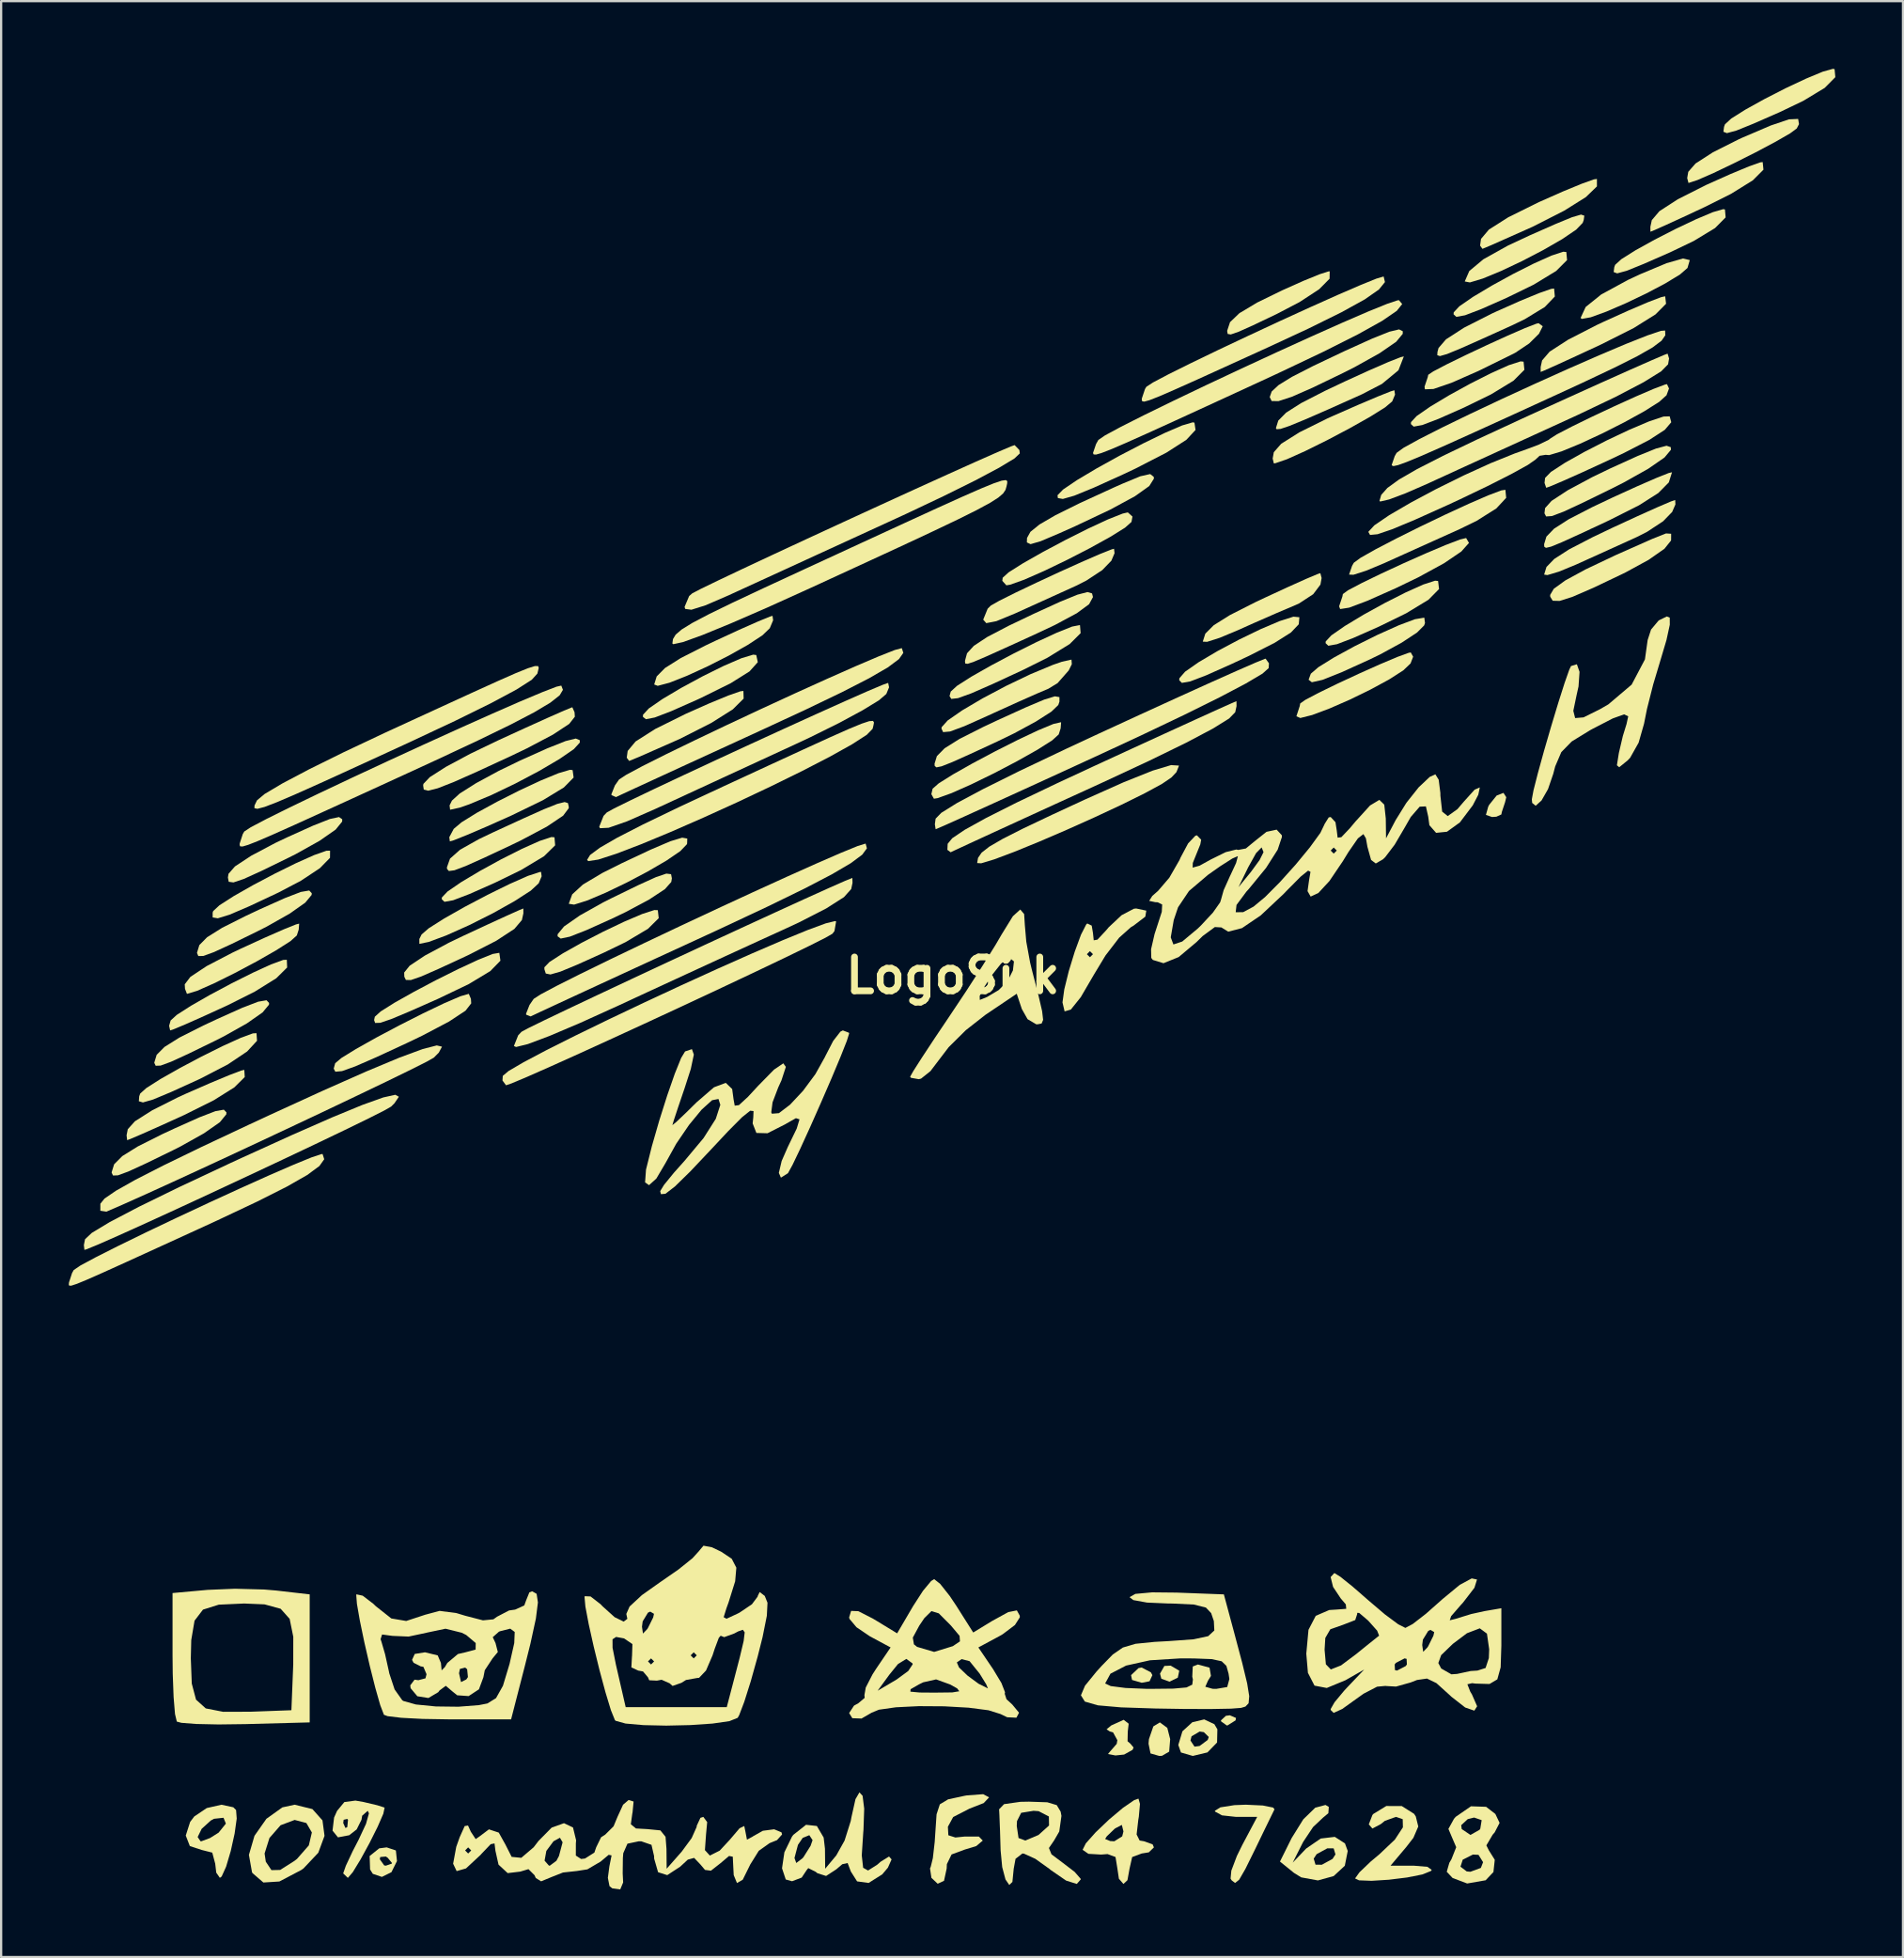
<source format=kicad_pcb>
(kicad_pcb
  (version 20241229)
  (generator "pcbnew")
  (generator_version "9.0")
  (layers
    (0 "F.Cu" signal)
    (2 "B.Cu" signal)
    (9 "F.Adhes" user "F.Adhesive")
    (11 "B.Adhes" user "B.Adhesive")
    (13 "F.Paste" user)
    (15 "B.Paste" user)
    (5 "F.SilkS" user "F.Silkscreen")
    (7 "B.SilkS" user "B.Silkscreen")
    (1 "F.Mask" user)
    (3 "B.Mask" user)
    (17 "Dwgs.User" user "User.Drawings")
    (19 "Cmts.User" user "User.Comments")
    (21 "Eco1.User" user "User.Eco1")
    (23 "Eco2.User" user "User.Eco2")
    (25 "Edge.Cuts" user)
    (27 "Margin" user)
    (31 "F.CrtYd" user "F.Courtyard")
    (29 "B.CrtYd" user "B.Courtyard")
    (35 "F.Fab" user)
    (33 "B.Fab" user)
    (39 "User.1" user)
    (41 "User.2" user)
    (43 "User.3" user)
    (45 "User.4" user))
  (footprint "LogoSilk"
    (layer "F.Cu")
    (at 39.186 40.186)
    (property "Reference" "LogoSilk" (at 0 0 0) (layer "F.SilkS") (effects (font (size 1.5 1.5) (thickness 0.3))))
    (attr board_only exclude_from_pos_files exclude_from_bom)
    (fp_poly (pts (xy 10.041 30.811) (xy 9.975 31.12) (xy 9.607 31.297) (xy 9.246 31.166) (xy 9.187 30.939) (xy 9.381 30.599) (xy 9.66 30.585)) (stroke (width 0) (type solid)) (fill yes) (layer "F.SilkS"))
    (fp_poly (pts (xy 8.782 30.882) (xy 8.849 31.007) (xy 8.724 31.278) (xy 8.377 31.345) (xy 7.948 31.22) (xy 7.904 31.007) (xy 8.236 30.693) (xy 8.377 30.669)) (stroke (width 0) (type solid)) (fill yes) (layer "F.SilkS"))
    (fp_poly (pts (xy 12.555 32.903) (xy 12.537 33.011) (xy 12.181 33.234) (xy 12.144 33.236) (xy 11.894 33.055) (xy 11.889 33.011) (xy 12.108 32.809) (xy 12.283 32.786)) (stroke (width 0) (type solid)) (fill yes) (layer "F.SilkS"))
    (fp_poly (pts (xy 9.51 33.343) (xy 9.638 33.844) (xy 9.593 34.397) (xy 9.275 34.582) (xy 9.153 34.587) (xy 8.766 34.476) (xy 8.679 34.045) (xy 8.696 33.844) (xy 8.891 33.278) (xy 9.181 33.101)) (stroke (width 0) (type solid)) (fill yes) (layer "F.SilkS"))
    (fp_poly (pts (xy 24.537 -7.903) (xy 24.483 -7.679) (xy 24.34 -7.248) (xy 24.319 -7.139) (xy 24.098 -7.039) (xy 23.904 -7.026) (xy 23.635 -7.119) (xy 23.737 -7.486) (xy 23.779 -7.566) (xy 24.109 -7.976) (xy 24.413 -8.096)) (stroke (width 0) (type solid)) (fill yes) (layer "F.SilkS"))
    (fp_poly (pts (xy -9.27 -12.274) (xy -9.752 -11.796) (xy -10.703 -11.196) (xy -12.096 -10.489) (xy -13.908 -9.69) (xy -14.346 -9.51) (xy -14.453 -9.653) (xy -14.411 -9.955) (xy -14.059 -10.375) (xy -13.19 -10.928) (xy -11.83 -11.602) (xy -10.79 -12.064) (xy -9.948 -12.411) (xy -9.413 -12.598) (xy -9.281 -12.614)) (stroke (width 0) (type solid)) (fill yes) (layer "F.SilkS"))
    (fp_poly (pts (xy 28.556 -34.974) (xy 28.065 -34.5) (xy 27.106 -33.899) (xy 25.705 -33.186) (xy 23.886 -32.377) (xy 23.481 -32.207) (xy 23.376 -32.351) (xy 23.418 -32.648) (xy 23.767 -33.061) (xy 24.626 -33.607) (xy 25.984 -34.279) (xy 26.005 -34.288) (xy 27.047 -34.749) (xy 27.89 -35.096) (xy 28.424 -35.287) (xy 28.556 -35.305)) (stroke (width 0) (type solid)) (fill yes) (layer "F.SilkS"))
    (fp_poly (pts (xy -17.656 -6.127) (xy -17.626 -5.771) (xy -18.119 -5.287) (xy -19.134 -4.678) (xy -20.294 -4.113) (xy -21.425 -3.612) (xy -22.148 -3.336) (xy -22.533 -3.267) (xy -22.653 -3.383) (xy -22.648 -3.459) (xy -22.399 -3.723) (xy -21.796 -4.137) (xy -20.963 -4.634) (xy -20.023 -5.149) (xy -19.099 -5.615) (xy -18.314 -5.966) (xy -17.792 -6.138)) (stroke (width 0) (type solid)) (fill yes) (layer "F.SilkS"))
    (fp_poly (pts (xy 7.798 33.159) (xy 7.758 33.506) (xy 7.749 33.937) (xy 7.877 34.047) (xy 8.015 34.214) (xy 7.971 34.317) (xy 7.596 34.526) (xy 7.212 34.566) (xy 6.882 34.502) (xy 6.958 34.408) (xy 7.268 34.052) (xy 7.296 33.889) (xy 7.105 33.542) (xy 6.958 33.502) (xy 6.817 33.409) (xy 7.026 33.236) (xy 7.577 32.986)) (stroke (width 0) (type solid)) (fill yes) (layer "F.SilkS"))
    (fp_poly (pts (xy 21.514 -17.487) (xy 21.557 -17.13) (xy 21.087 -16.654) (xy 20.1 -16.055) (xy 18.887 -15.462) (xy 17.755 -14.961) (xy 17.033 -14.685) (xy 16.648 -14.616) (xy 16.527 -14.732) (xy 16.533 -14.808) (xy 16.783 -15.077) (xy 17.385 -15.495) (xy 18.217 -15.996) (xy 19.156 -16.513) (xy 20.078 -16.98) (xy 20.861 -17.331) (xy 21.381 -17.499)) (stroke (width 0) (type solid)) (fill yes) (layer "F.SilkS"))
    (fp_poly (pts (xy 25.304 -27.207) (xy 25.34 -26.846) (xy 24.855 -26.361) (xy 23.856 -25.754) (xy 22.664 -25.173) (xy 21.537 -24.674) (xy 20.818 -24.399) (xy 20.433 -24.328) (xy 20.309 -24.441) (xy 20.315 -24.529) (xy 20.565 -24.798) (xy 21.167 -25.215) (xy 22 -25.715) (xy 22.939 -26.231) (xy 23.863 -26.698) (xy 24.647 -27.05) (xy 25.169 -27.219)) (stroke (width 0) (type solid)) (fill yes) (layer "F.SilkS"))
    (fp_poly (pts (xy 27.199 -32.067) (xy 27.232 -31.709) (xy 26.747 -31.225) (xy 25.752 -30.62) (xy 24.556 -30.037) (xy 23.429 -29.538) (xy 22.71 -29.263) (xy 22.325 -29.192) (xy 22.201 -29.305) (xy 22.207 -29.393) (xy 22.456 -29.66) (xy 23.058 -30.076) (xy 23.891 -30.574) (xy 24.832 -31.09) (xy 25.756 -31.556) (xy 26.541 -31.908) (xy 27.063 -32.079)) (stroke (width 0) (type solid)) (fill yes) (layer "F.SilkS"))
    (fp_poly (pts (xy 32.672 -31.709) (xy 32.571 -31.361) (xy 32.569 -31.358) (xy 32.237 -31.07) (xy 31.591 -30.677) (xy 30.75 -30.233) (xy 29.837 -29.797) (xy 28.974 -29.425) (xy 28.282 -29.174) (xy 27.884 -29.101) (xy 27.832 -29.145) (xy 28.056 -29.63) (xy 28.746 -30.185) (xy 29.929 -30.828) (xy 30.47 -31.081) (xy 31.64 -31.571) (xy 32.368 -31.779)) (stroke (width 0) (type solid)) (fill yes) (layer "F.SilkS"))
    (fp_poly (pts (xy -31.386 4.499) (xy -31.848 4.957) (xy -32.761 5.529) (xy -34.076 6.184) (xy -35.113 6.655) (xy -35.95 7.027) (xy -36.477 7.252) (xy -36.6 7.296) (xy -36.625 7.08) (xy -36.572 6.812) (xy -36.254 6.458) (xy -35.486 5.971) (xy -34.33 5.389) (xy -33.963 5.222) (xy -32.915 4.764) (xy -32.07 4.412) (xy -31.536 4.21) (xy -31.406 4.181)) (stroke (width 0) (type solid)) (fill yes) (layer "F.SilkS"))
    (fp_poly (pts (xy -29.507 -0.356) (xy -29.99 0.122) (xy -30.947 0.717) (xy -32.151 1.32) (xy -33.186 1.794) (xy -34.028 2.168) (xy -34.564 2.391) (xy -34.693 2.432) (xy -34.739 2.227) (xy -34.671 1.99) (xy -34.397 1.742) (xy -33.774 1.342) (xy -32.924 0.855) (xy -31.968 0.345) (xy -31.027 -0.125) (xy -30.225 -0.492) (xy -29.681 -0.692) (xy -29.521 -0.699)) (stroke (width 0) (type solid)) (fill yes) (layer "F.SilkS"))
    (fp_poly (pts (xy -27.607 -5.216) (xy -28.058 -4.756) (xy -28.898 -4.2) (xy -29.891 -3.679) (xy -31.183 -3.072) (xy -32.059 -2.697) (xy -32.58 -2.537) (xy -32.809 -2.575) (xy -32.809 -2.791) (xy -32.785 -2.858) (xy -32.507 -3.115) (xy -31.879 -3.518) (xy -31.023 -4.005) (xy -30.061 -4.513) (xy -29.116 -4.979) (xy -28.309 -5.339) (xy -27.764 -5.531) (xy -27.604 -5.533)) (stroke (width 0) (type solid)) (fill yes) (layer "F.SilkS"))
    (fp_poly (pts (xy -16.852 -9.105) (xy -16.807 -8.775) (xy -17.24 -8.335) (xy -18.164 -7.773) (xy -19.563 -7.093) (xy -20.637 -6.614) (xy -21.527 -6.233) (xy -22.118 -5.997) (xy -22.294 -5.945) (xy -22.319 -6.131) (xy -22.123 -6.5) (xy -21.775 -6.793) (xy -21.094 -7.215) (xy -20.201 -7.703) (xy -19.22 -8.198) (xy -18.272 -8.64) (xy -17.481 -8.967) (xy -16.969 -9.118)) (stroke (width 0) (type solid)) (fill yes) (layer "F.SilkS"))
    (fp_poly (pts (xy -13.075 -2.897) (xy -13.035 -2.542) (xy -13.512 -2.07) (xy -14.509 -1.478) (xy -15.475 -1.011) (xy -16.636 -0.487) (xy -17.394 -0.173) (xy -17.834 -0.047) (xy -18.041 -0.088) (xy -18.102 -0.275) (xy -18.104 -0.366) (xy -17.879 -0.6) (xy -17.288 -0.982) (xy -16.457 -1.449) (xy -15.509 -1.938) (xy -14.572 -2.385) (xy -13.77 -2.727) (xy -13.228 -2.903)) (stroke (width 0) (type solid)) (fill yes) (layer "F.SilkS"))
    (fp_poly (pts (xy -8.711 -14.206) (xy -8.643 -13.888) (xy -9.011 -13.478) (xy -9.842 -12.957) (xy -11.161 -12.304) (xy -11.337 -12.223) (xy -12.478 -11.718) (xy -13.209 -11.437) (xy -13.604 -11.36) (xy -13.736 -11.466) (xy -13.731 -11.559) (xy -13.478 -11.834) (xy -12.871 -12.254) (xy -12.033 -12.751) (xy -11.088 -13.262) (xy -10.159 -13.721) (xy -9.37 -14.063) (xy -8.846 -14.222)) (stroke (width 0) (type solid)) (fill yes) (layer "F.SilkS"))
    (fp_poly (pts (xy 15.366 -15.88) (xy 15.338 -15.568) (xy 14.991 -15.203) (xy 14.273 -14.749) (xy 13.128 -14.167) (xy 12.343 -13.8) (xy 11.233 -13.305) (xy 10.529 -13.036) (xy 10.156 -12.97) (xy 10.039 -13.088) (xy 10.046 -13.176) (xy 10.298 -13.466) (xy 10.9 -13.887) (xy 11.737 -14.381) (xy 12.692 -14.889) (xy 13.649 -15.352) (xy 14.491 -15.71) (xy 15.102 -15.905)) (stroke (width 0) (type solid)) (fill yes) (layer "F.SilkS"))
    (fp_poly (pts (xy 16.71 -31.208) (xy 16.704 -30.883) (xy 16.242 -30.416) (xy 15.375 -29.849) (xy 14.355 -29.316) (xy 13.316 -28.821) (xy 12.67 -28.531) (xy 12.325 -28.412) (xy 12.187 -28.435) (xy 12.164 -28.567) (xy 12.164 -28.575) (xy 12.291 -28.958) (xy 12.707 -29.356) (xy 13.488 -29.824) (xy 14.601 -30.367) (xy 15.538 -30.786) (xy 16.268 -31.083) (xy 16.67 -31.211)) (stroke (width 0) (type solid)) (fill yes) (layer "F.SilkS"))
    (fp_poly (pts (xy 19.757 -26.825) (xy 19.025 -26.22) (xy 18.135 -25.759) (xy 16.668 -25.102) (xy 15.624 -24.646) (xy 14.935 -24.363) (xy 14.535 -24.227) (xy 14.356 -24.212) (xy 14.325 -24.261) (xy 14.43 -24.595) (xy 14.778 -24.948) (xy 15.44 -25.369) (xy 16.489 -25.908) (xy 17.37 -26.325) (xy 18.436 -26.811) (xy 19.294 -27.185) (xy 19.845 -27.404) (xy 19.996 -27.44)) (stroke (width 0) (type solid)) (fill yes) (layer "F.SilkS"))
    (fp_poly (pts (xy 20.934 -15.624) (xy 20.896 -15.517) (xy 20.584 -15.203) (xy 19.898 -14.752) (xy 18.962 -14.241) (xy 18.494 -14.013) (xy 17.227 -13.437) (xy 16.385 -13.103) (xy 15.918 -12.998) (xy 15.774 -13.11) (xy 15.873 -13.378) (xy 16.207 -13.666) (xy 16.901 -14.097) (xy 17.819 -14.598) (xy 18.825 -15.098) (xy 19.781 -15.527) (xy 20.487 -15.792) (xy 20.903 -15.862)) (stroke (width 0) (type solid)) (fill yes) (layer "F.SilkS"))
    (fp_poly (pts (xy 31.621 -29.773) (xy 31.152 -29.301) (xy 30.184 -28.696) (xy 28.749 -27.974) (xy 27.675 -27.475) (xy 26.801 -27.074) (xy 26.23 -26.819) (xy 26.061 -26.751) (xy 26.061 -26.969) (xy 26.125 -27.262) (xy 26.459 -27.651) (xy 27.281 -28.182) (xy 28.562 -28.839) (xy 28.869 -28.983) (xy 29.945 -29.469) (xy 30.825 -29.845) (xy 31.405 -30.066) (xy 31.581 -30.104)) (stroke (width 0) (type solid)) (fill yes) (layer "F.SilkS"))
    (fp_poly (pts (xy 34.231 -33.953) (xy 34.261 -33.6) (xy 33.792 -33.128) (xy 32.847 -32.555) (xy 31.802 -32.054) (xy 30.63 -31.54) (xy 29.873 -31.234) (xy 29.454 -31.12) (xy 29.297 -31.179) (xy 29.325 -31.395) (xy 29.363 -31.499) (xy 29.641 -31.751) (xy 30.266 -32.144) (xy 31.111 -32.612) (xy 32.05 -33.093) (xy 32.955 -33.521) (xy 33.699 -33.834) (xy 34.156 -33.966)) (stroke (width 0) (type solid)) (fill yes) (layer "F.SilkS"))
    (fp_poly (pts (xy 35.938 -35.716) (xy 35.466 -35.243) (xy 34.502 -34.645) (xy 33.35 -34.068) (xy 32.336 -33.595) (xy 31.525 -33.224) (xy 31.029 -33.005) (xy 30.927 -32.966) (xy 30.925 -33.184) (xy 30.989 -33.48) (xy 31.326 -33.877) (xy 32.139 -34.404) (xy 33.389 -35.035) (xy 33.463 -35.069) (xy 34.479 -35.523) (xy 35.295 -35.862) (xy 35.799 -36.041) (xy 35.904 -36.053)) (stroke (width 0) (type solid)) (fill yes) (layer "F.SilkS"))
    (fp_poly (pts (xy 39.091 -40.171) (xy 39.124 -39.816) (xy 38.655 -39.342) (xy 37.707 -38.768) (xy 36.666 -38.269) (xy 35.494 -37.755) (xy 34.737 -37.449) (xy 34.318 -37.335) (xy 34.162 -37.396) (xy 34.191 -37.615) (xy 34.231 -37.726) (xy 34.511 -37.983) (xy 35.138 -38.378) (xy 35.984 -38.847) (xy 36.923 -39.327) (xy 37.827 -39.752) (xy 38.568 -40.06) (xy 39.02 -40.186)) (stroke (width 0) (type solid)) (fill yes) (layer "F.SilkS"))
    (fp_poly (pts (xy -30.842 2.892) (xy -31.281 3.366) (xy -32.135 3.939) (xy -33.355 4.571) (xy -33.445 4.613) (xy -34.654 5.163) (xy -35.448 5.495) (xy -35.9 5.625) (xy -36.081 5.571) (xy -36.064 5.351) (xy -36.021 5.23) (xy -35.748 4.985) (xy -35.125 4.589) (xy -34.273 4.106) (xy -33.315 3.598) (xy -32.373 3.129) (xy -31.568 2.763) (xy -31.025 2.563) (xy -30.865 2.555)) (stroke (width 0) (type solid)) (fill yes) (layer "F.SilkS"))
    (fp_poly (pts (xy -27.065 -6.927) (xy -27.069 -6.822) (xy -27.356 -6.469) (xy -28.069 -5.972) (xy -29.13 -5.38) (xy -29.453 -5.218) (xy -30.644 -4.637) (xy -31.43 -4.28) (xy -31.888 -4.126) (xy -32.097 -4.155) (xy -32.133 -4.345) (xy -32.107 -4.508) (xy -31.82 -4.836) (xy -31.102 -5.309) (xy -30.028 -5.878) (xy -29.501 -6.128) (xy -28.352 -6.646) (xy -27.612 -6.938) (xy -27.207 -7.024)) (stroke (width 0) (type solid)) (fill yes) (layer "F.SilkS"))
    (fp_poly (pts (xy -20.101 -1.006) (xy -20.052 -0.657) (xy -20.501 -0.197) (xy -21.459 0.381) (xy -22.821 1.033) (xy -24.062 1.582) (xy -24.889 1.929) (xy -25.379 2.095) (xy -25.607 2.102) (xy -25.652 1.973) (xy -25.619 1.824) (xy -25.362 1.592) (xy -24.745 1.203) (xy -23.885 0.72) (xy -22.903 0.201) (xy -21.915 -0.291) (xy -21.04 -0.697) (xy -20.397 -0.956) (xy -20.102 -1.007)) (stroke (width 0) (type solid)) (fill yes) (layer "F.SilkS"))
    (fp_poly (pts (xy -18.225 -4.398) (xy -18.356 -4.087) (xy -18.707 -3.762) (xy -19.425 -3.299) (xy -20.376 -2.766) (xy -21.43 -2.236) (xy -22.453 -1.778) (xy -23.23 -1.489) (xy -23.645 -1.404) (xy -23.647 -1.619) (xy -23.547 -1.82) (xy -23.228 -2.096) (xy -22.548 -2.527) (xy -21.637 -3.043) (xy -20.627 -3.575) (xy -19.648 -4.056) (xy -18.832 -4.417) (xy -18.31 -4.588) (xy -18.251 -4.594)) (stroke (width 0) (type solid)) (fill yes) (layer "F.SilkS"))
    (fp_poly (pts (xy -16.535 -10.431) (xy -16.533 -10.325) (xy -16.797 -10.035) (xy -17.439 -9.593) (xy -18.341 -9.064) (xy -19.387 -8.511) (xy -20.457 -7.997) (xy -21.435 -7.588) (xy -21.85 -7.443) (xy -22.283 -7.348) (xy -22.306 -7.541) (xy -22.201 -7.754) (xy -21.854 -8.07) (xy -21.124 -8.531) (xy -20.124 -9.072) (xy -19.188 -9.525) (xy -17.971 -10.071) (xy -17.167 -10.391) (xy -16.711 -10.504)) (stroke (width 0) (type solid)) (fill yes) (layer "F.SilkS"))
    (fp_poly (pts (xy -12.488 -4.493) (xy -12.452 -4.308) (xy -12.478 -4.147) (xy -12.76 -3.829) (xy -13.461 -3.367) (xy -14.497 -2.814) (xy -15.083 -2.533) (xy -16.234 -2.014) (xy -16.977 -1.723) (xy -17.381 -1.638) (xy -17.519 -1.74) (xy -17.515 -1.832) (xy -17.232 -2.175) (xy -16.532 -2.663) (xy -15.5 -3.241) (xy -15.132 -3.426) (xy -13.941 -4.006) (xy -13.155 -4.363) (xy -12.697 -4.518)) (stroke (width 0) (type solid)) (fill yes) (layer "F.SilkS"))
    (fp_poly (pts (xy -11.769 -6.071) (xy -11.776 -5.852) (xy -11.79 -5.814) (xy -12.077 -5.515) (xy -12.693 -5.094) (xy -13.526 -4.609) (xy -14.465 -4.114) (xy -15.396 -3.667) (xy -16.207 -3.325) (xy -16.785 -3.143) (xy -17.019 -3.179) (xy -17.019 -3.189) (xy -16.871 -3.597) (xy -16.396 -4.033) (xy -15.526 -4.551) (xy -14.687 -4.971) (xy -13.393 -5.579) (xy -12.516 -5.953) (xy -11.995 -6.111)) (stroke (width 0) (type solid)) (fill yes) (layer "F.SilkS"))
    (fp_poly (pts (xy -7.963 -15.745) (xy -8.112 -15.392) (xy -8.437 -15.079) (xy -9.082 -14.656) (xy -9.931 -14.179) (xy -10.869 -13.703) (xy -11.783 -13.284) (xy -12.558 -12.978) (xy -13.079 -12.84) (xy -13.236 -12.899) (xy -13.125 -13.257) (xy -12.756 -13.63) (xy -12.056 -14.071) (xy -10.949 -14.634) (xy -10.488 -14.852) (xy -9.466 -15.324) (xy -8.633 -15.692) (xy -8.107 -15.908) (xy -7.99 -15.943)) (stroke (width 0) (type solid)) (fill yes) (layer "F.SilkS"))
    (fp_poly (pts (xy 5.64 -15.525) (xy 5.668 -15.174) (xy 5.183 -14.691) (xy 4.197 -14.085) (xy 3.128 -13.551) (xy 1.766 -12.92) (xy 0.823 -12.507) (xy 0.234 -12.294) (xy -0.066 -12.26) (xy -0.143 -12.386) (xy -0.089 -12.586) (xy 0.188 -12.84) (xy 0.824 -13.246) (xy 1.7 -13.743) (xy 2.701 -14.274) (xy 3.711 -14.778) (xy 4.613 -15.195) (xy 5.291 -15.466) (xy 5.63 -15.532)) (stroke (width 0) (type solid)) (fill yes) (layer "F.SilkS"))
    (fp_poly (pts (xy 8.91 -22.102) (xy 8.917 -22.023) (xy 8.711 -21.695) (xy 8.076 -21.243) (xy 6.988 -20.653) (xy 5.421 -19.912) (xy 4.728 -19.602) (xy 3.895 -19.249) (xy 3.448 -19.119) (xy 3.285 -19.196) (xy 3.292 -19.394) (xy 3.443 -19.666) (xy 3.845 -19.991) (xy 4.555 -20.404) (xy 5.637 -20.94) (xy 7.148 -21.633) (xy 7.498 -21.789) (xy 8.314 -22.127) (xy 8.752 -22.226)) (stroke (width 0) (type solid)) (fill yes) (layer "F.SilkS"))
    (fp_poly (pts (xy 10.714 -24.504) (xy 10.762 -24.18) (xy 10.353 -23.741) (xy 9.469 -23.174) (xy 8.093 -22.466) (xy 7.533 -22.202) (xy 6.252 -21.622) (xy 5.389 -21.268) (xy 4.879 -21.122) (xy 4.659 -21.162) (xy 4.643 -21.287) (xy 4.892 -21.542) (xy 5.507 -21.958) (xy 6.377 -22.476) (xy 7.39 -23.037) (xy 8.434 -23.58) (xy 9.397 -24.048) (xy 10.168 -24.38) (xy 10.635 -24.518)) (stroke (width 0) (type solid)) (fill yes) (layer "F.SilkS"))
    (fp_poly (pts (xy 22.884 -19.174) (xy 22.545 -18.793) (xy 21.784 -18.276) (xy 20.64 -17.651) (xy 19.627 -17.162) (xy 18.38 -16.609) (xy 17.573 -16.305) (xy 17.173 -16.242) (xy 17.127 -16.364) (xy 17.272 -16.797) (xy 17.294 -16.908) (xy 17.522 -17.075) (xy 18.127 -17.394) (xy 18.985 -17.81) (xy 19.972 -18.267) (xy 20.967 -18.709) (xy 21.845 -19.08) (xy 22.485 -19.325) (xy 22.758 -19.39)) (stroke (width 0) (type solid)) (fill yes) (layer "F.SilkS"))
    (fp_poly (pts (xy 26.69 -30.094) (xy 26.245 -29.63) (xy 25.363 -29.092) (xy 24.787 -28.814) (xy 23.432 -28.201) (xy 22.497 -27.786) (xy 21.909 -27.544) (xy 21.594 -27.454) (xy 21.478 -27.494) (xy 21.487 -27.639) (xy 21.534 -27.812) (xy 21.864 -28.196) (xy 22.666 -28.714) (xy 23.896 -29.338) (xy 24.108 -29.436) (xy 25.148 -29.898) (xy 25.99 -30.245) (xy 26.525 -30.432) (xy 26.657 -30.448)) (stroke (width 0) (type solid)) (fill yes) (layer "F.SilkS"))
    (fp_poly (pts (xy 27.997 -33.678) (xy 27.97 -33.483) (xy 27.925 -33.358) (xy 27.636 -33.058) (xy 27.018 -32.639) (xy 26.181 -32.157) (xy 25.241 -31.667) (xy 24.309 -31.227) (xy 23.499 -30.892) (xy 22.924 -30.718) (xy 22.698 -30.761) (xy 22.698 -30.766) (xy 22.898 -31.225) (xy 23.522 -31.745) (xy 24.608 -32.351) (xy 25.569 -32.8) (xy 26.716 -33.306) (xy 27.45 -33.608) (xy 27.851 -33.726)) (stroke (width 0) (type solid)) (fill yes) (layer "F.SilkS"))
    (fp_poly (pts (xy 31.83 -23.417) (xy 31.836 -23.301) (xy 31.551 -22.959) (xy 30.831 -22.461) (xy 29.745 -21.852) (xy 29.183 -21.568) (xy 27.925 -20.953) (xy 27.076 -20.559) (xy 26.56 -20.364) (xy 26.303 -20.347) (xy 26.23 -20.487) (xy 26.258 -20.718) (xy 26.544 -21.037) (xy 27.265 -21.509) (xy 28.354 -22.093) (xy 29.134 -22.469) (xy 30.362 -23.027) (xy 31.176 -23.357) (xy 31.643 -23.481)) (stroke (width 0) (type solid)) (fill yes) (layer "F.SilkS"))
    (fp_poly (pts (xy 31.846 -19.58) (xy 31.844 -19.307) (xy 31.838 -19.276) (xy 31.548 -18.914) (xy 30.845 -18.423) (xy 29.822 -17.865) (xy 29.722 -17.816) (xy 28.398 -17.185) (xy 27.482 -16.788) (xy 26.905 -16.603) (xy 26.596 -16.61) (xy 26.486 -16.788) (xy 26.481 -16.867) (xy 26.642 -17.14) (xy 27.154 -17.511) (xy 28.056 -18.002) (xy 29.388 -18.634) (xy 31.029 -19.361) (xy 31.618 -19.594)) (stroke (width 0) (type solid)) (fill yes) (layer "F.SilkS"))
    (fp_poly (pts (xy 31.851 -24.522) (xy 31.564 -24.185) (xy 30.878 -23.74) (xy 29.749 -23.158) (xy 28.993 -22.801) (xy 27.925 -22.31) (xy 27.049 -21.919) (xy 26.474 -21.675) (xy 26.307 -21.617) (xy 26.233 -21.833) (xy 26.258 -22.055) (xy 26.516 -22.32) (xy 27.139 -22.726) (xy 28.006 -23.212) (xy 28.997 -23.72) (xy 29.991 -24.189) (xy 30.868 -24.561) (xy 31.508 -24.775) (xy 31.781 -24.783)) (stroke (width 0) (type solid)) (fill yes) (layer "F.SilkS"))
    (fp_poly (pts (xy 37.514 -37.735) (xy 37.414 -37.542) (xy 37.117 -37.323) (xy 36.465 -36.948) (xy 35.593 -36.485) (xy 34.636 -36.004) (xy 33.732 -35.571) (xy 33.015 -35.257) (xy 32.622 -35.128) (xy 32.614 -35.128) (xy 32.557 -35.343) (xy 32.605 -35.621) (xy 32.927 -35.99) (xy 33.697 -36.486) (xy 34.848 -37.065) (xy 35.02 -37.143) (xy 36.264 -37.675) (xy 37.071 -37.947) (xy 37.476 -37.965)) (stroke (width 0) (type solid)) (fill yes) (layer "F.SilkS"))
    (fp_poly (pts (xy -32.197 6.064) (xy -32.204 6.151) (xy -32.489 6.5) (xy -33.196 6.994) (xy -34.244 7.58) (xy -34.587 7.753) (xy -35.768 8.328) (xy -36.548 8.686) (xy -37.007 8.855) (xy -37.226 8.863) (xy -37.285 8.739) (xy -37.285 8.714) (xy -37.177 8.366) (xy -36.816 8.003) (xy -36.128 7.575) (xy -35.039 7.028) (xy -34.494 6.775) (xy -33.386 6.28) (xy -32.684 6.01) (xy -32.313 5.945)) (stroke (width 0) (type solid)) (fill yes) (layer "F.SilkS"))
    (fp_poly (pts (xy -30.307 1.217) (xy -30.313 1.293) (xy -30.595 1.634) (xy -31.291 2.121) (xy -32.315 2.696) (xy -32.696 2.889) (xy -33.876 3.464) (xy -34.656 3.822) (xy -35.116 3.991) (xy -35.335 3.999) (xy -35.394 3.875) (xy -35.394 3.851) (xy -35.291 3.514) (xy -34.945 3.165) (xy -34.281 2.749) (xy -33.222 2.215) (xy -32.61 1.929) (xy -31.498 1.43) (xy -30.792 1.159) (xy -30.42 1.095)) (stroke (width 0) (type solid)) (fill yes) (layer "F.SilkS"))
    (fp_poly (pts (xy -28.994 -2.036) (xy -29.078 -1.776) (xy -29.358 -1.525) (xy -29.997 -1.117) (xy -30.862 -0.623) (xy -31.82 -0.114) (xy -32.74 0.342) (xy -33.489 0.674) (xy -33.935 0.81) (xy -33.949 0.811) (xy -34.035 0.589) (xy -34.047 0.389) (xy -33.798 0.061) (xy -33.079 -0.417) (xy -31.93 -1.016) (xy -31.547 -1.198) (xy -30.499 -1.678) (xy -29.653 -2.049) (xy -29.113 -2.266) (xy -28.974 -2.301)) (stroke (width 0) (type solid)) (fill yes) (layer "F.SilkS"))
    (fp_poly (pts (xy -28.415 -3.647) (xy -28.422 -3.571) (xy -28.703 -3.231) (xy -29.396 -2.743) (xy -30.415 -2.167) (xy -30.804 -1.97) (xy -31.986 -1.391) (xy -32.767 -1.033) (xy -33.227 -0.867) (xy -33.445 -0.864) (xy -33.502 -0.997) (xy -33.502 -1.013) (xy -33.399 -1.35) (xy -33.054 -1.699) (xy -32.39 -2.115) (xy -31.331 -2.648) (xy -30.719 -2.935) (xy -29.606 -3.433) (xy -28.901 -3.705) (xy -28.528 -3.769)) (stroke (width 0) (type solid)) (fill yes) (layer "F.SilkS"))
    (fp_poly (pts (xy -24.687 38.776) (xy -24.638 39.246) (xy -24.883 39.739) (xy -25.307 39.949) (xy -25.709 39.813) (xy -25.83 39.619) (xy -25.845 39.165) (xy -25.4 39.165) (xy -25.204 39.44) (xy -25.13 39.451) (xy -24.867 39.359) (xy -24.86 39.332) (xy -25.049 39.101) (xy -25.13 39.046) (xy -25.379 39.067) (xy -25.4 39.165) (xy -25.845 39.165) (xy -25.85 39.023) (xy -25.426 38.683) (xy -25.095 38.64)) (stroke (width 0) (type solid)) (fill yes) (layer "F.SilkS"))
    (fp_poly (pts (xy -21.36 1.032) (xy -21.347 1.234) (xy -21.598 1.557) (xy -22.331 2.04) (xy -23.521 2.667) (xy -24.195 2.99) (xy -25.552 3.618) (xy -26.49 4.027) (xy -27.074 4.236) (xy -27.37 4.263) (xy -27.443 4.126) (xy -27.377 3.886) (xy -27.103 3.655) (xy -26.458 3.257) (xy -25.561 2.753) (xy -24.53 2.206) (xy -23.484 1.677) (xy -22.542 1.226) (xy -21.822 0.917) (xy -21.454 0.811)) (stroke (width 0) (type solid)) (fill yes) (layer "F.SilkS"))
    (fp_poly (pts (xy -19.035 -2.754) (xy -19.1 -2.46) (xy -19.433 -2.067) (xy -20.24 -1.539) (xy -21.479 -0.905) (xy -21.62 -0.839) (xy -22.798 -0.294) (xy -23.571 0.045) (xy -24.024 0.201) (xy -24.243 0.196) (xy -24.313 0.053) (xy -24.319 -0.133) (xy -24.077 -0.434) (xy -23.395 -0.888) (xy -22.337 -1.454) (xy -21.713 -1.754) (xy -20.641 -2.252) (xy -19.769 -2.652) (xy -19.201 -2.906) (xy -19.036 -2.972)) (stroke (width 0) (type solid)) (fill yes) (layer "F.SilkS"))
    (fp_poly (pts (xy 7.966 -20.342) (xy 7.923 -20.104) (xy 7.637 -19.849) (xy 6.981 -19.441) (xy 6.08 -18.943) (xy 5.062 -18.419) (xy 4.05 -17.932) (xy 3.17 -17.545) (xy 2.548 -17.323) (xy 2.376 -17.294) (xy 2.196 -17.493) (xy 2.213 -17.631) (xy 2.477 -17.87) (xy 3.11 -18.27) (xy 3.989 -18.769) (xy 4.993 -19.303) (xy 6 -19.808) (xy 6.888 -20.22) (xy 7.534 -20.475) (xy 7.76 -20.527)) (stroke (width 0) (type solid)) (fill yes) (layer "F.SilkS"))
    (fp_poly (pts (xy 16.351 -17.618) (xy 16.299 -17.326) (xy 15.978 -16.901) (xy 15.349 -16.489) (xy 15.176 -16.412) (xy 14.372 -16.071) (xy 13.347 -15.622) (xy 12.632 -15.302) (xy 11.835 -14.969) (xy 11.276 -14.79) (xy 11.083 -14.798) (xy 11.196 -15.154) (xy 11.572 -15.528) (xy 12.282 -15.973) (xy 13.402 -16.541) (xy 13.831 -16.744) (xy 14.849 -17.214) (xy 15.671 -17.583) (xy 16.185 -17.799) (xy 16.295 -17.834)) (stroke (width 0) (type solid)) (fill yes) (layer "F.SilkS"))
    (fp_poly (pts (xy 19.606 -25.745) (xy 19.48 -25.446) (xy 19.169 -25.183) (xy 18.498 -24.763) (xy 17.596 -24.255) (xy 16.595 -23.726) (xy 15.625 -23.246) (xy 14.816 -22.883) (xy 14.299 -22.705) (xy 14.233 -22.698) (xy 14.181 -22.914) (xy 14.232 -23.195) (xy 14.561 -23.569) (xy 15.367 -24.076) (xy 16.607 -24.691) (xy 16.885 -24.816) (xy 17.955 -25.286) (xy 18.836 -25.66) (xy 19.413 -25.89) (xy 19.577 -25.94)) (stroke (width 0) (type solid)) (fill yes) (layer "F.SilkS"))
    (fp_poly (pts (xy 19.948 -28.557) (xy 19.948 -28.44) (xy 19.659 -28.091) (xy 18.927 -27.585) (xy 17.815 -26.965) (xy 17.294 -26.702) (xy 15.953 -26.055) (xy 15.022 -25.647) (xy 14.438 -25.457) (xy 14.136 -25.462) (xy 14.051 -25.637) (xy 14.137 -25.884) (xy 14.442 -26.168) (xy 15.034 -26.533) (xy 15.985 -27.02) (xy 17.362 -27.673) (xy 17.401 -27.691) (xy 18.582 -28.225) (xy 19.353 -28.534) (xy 19.785 -28.637)) (stroke (width 0) (type solid)) (fill yes) (layer "F.SilkS"))
    (fp_poly (pts (xy 26.154 -28.777) (xy 25.985 -28.441) (xy 25.552 -28.014) (xy 24.945 -27.607) (xy 24.857 -27.56) (xy 23.302 -26.795) (xy 22.11 -26.271) (xy 21.31 -25.996) (xy 20.93 -25.982) (xy 20.914 -26.1) (xy 21.056 -26.522) (xy 21.077 -26.625) (xy 21.303 -26.777) (xy 21.895 -27.087) (xy 22.726 -27.493) (xy 23.667 -27.936) (xy 24.589 -28.356) (xy 25.365 -28.694) (xy 25.865 -28.888) (xy 25.969 -28.913)) (stroke (width 0) (type solid)) (fill yes) (layer "F.SilkS"))
    (fp_poly (pts (xy 31.743 -21.856) (xy 31.275 -21.383) (xy 30.421 -20.841) (xy 29.118 -20.185) (xy 28.974 -20.117) (xy 27.78 -19.56) (xy 26.991 -19.201) (xy 26.524 -19.009) (xy 26.295 -18.955) (xy 26.22 -19.007) (xy 26.215 -19.118) (xy 26.316 -19.453) (xy 26.656 -19.805) (xy 27.306 -20.222) (xy 28.338 -20.755) (xy 29.259 -21.191) (xy 30.326 -21.677) (xy 31.184 -22.051) (xy 31.734 -22.27) (xy 31.885 -22.306)) (stroke (width 0) (type solid)) (fill yes) (layer "F.SilkS"))
    (fp_poly (pts (xy 32.035 -20.879) (xy 31.891 -20.547) (xy 31.488 -20.132) (xy 30.778 -19.665) (xy 30.328 -19.437) (xy 29.296 -18.968) (xy 28.137 -18.443) (xy 27.629 -18.213) (xy 26.872 -17.901) (xy 26.359 -17.748) (xy 26.215 -17.77) (xy 26.319 -18.108) (xy 26.665 -18.464) (xy 27.325 -18.889) (xy 28.37 -19.43) (xy 29.257 -19.853) (xy 30.341 -20.353) (xy 31.236 -20.755) (xy 31.834 -21.01) (xy 32.025 -21.077)) (stroke (width 0) (type solid)) (fill yes) (layer "F.SilkS"))
    (fp_poly (pts (xy -17.06 -7.643) (xy -17.024 -7.491) (xy -17.023 -7.417) (xy -17.273 -7.084) (xy -17.998 -6.598) (xy -19.162 -5.981) (xy -19.554 -5.792) (xy -20.779 -5.217) (xy -21.597 -4.851) (xy -22.09 -4.665) (xy -22.338 -4.632) (xy -22.419 -4.724) (xy -22.424 -4.796) (xy -22.288 -5.18) (xy -21.842 -5.576) (xy -21.005 -6.046) (xy -20.401 -6.335) (xy -19.057 -6.953) (xy -18.128 -7.369) (xy -17.536 -7.606) (xy -17.205 -7.689)) (stroke (width 0) (type solid)) (fill yes) (layer "F.SilkS"))
    (fp_poly (pts (xy 4.729 -12.34) (xy 4.729 -12.14) (xy 4.678 -11.989) (xy 4.373 -11.696) (xy 3.685 -11.257) (xy 2.728 -10.738) (xy 1.965 -10.368) (xy 0.767 -9.814) (xy -0.025 -9.459) (xy -0.494 -9.273) (xy -0.725 -9.226) (xy -0.801 -9.29) (xy -0.807 -9.39) (xy -0.704 -9.725) (xy -0.361 -10.073) (xy 0.3 -10.487) (xy 1.354 -11.019) (xy 1.997 -11.321) (xy 3.232 -11.883) (xy 4.052 -12.229) (xy 4.527 -12.375)) (stroke (width 0) (type solid)) (fill yes) (layer "F.SilkS"))
    (fp_poly (pts (xy 4.803 -11.221) (xy 4.782 -10.953) (xy 4.696 -10.685) (xy 4.407 -10.423) (xy 3.75 -10.006) (xy 2.849 -9.499) (xy 1.832 -8.966) (xy 0.822 -8.473) (xy -0.055 -8.084) (xy -0.672 -7.863) (xy -0.836 -7.836) (xy -0.949 -8.038) (xy -0.894 -8.28) (xy -0.622 -8.518) (xy 0.008 -8.913) (xy 0.88 -9.406) (xy 1.878 -9.936) (xy 2.884 -10.444) (xy 3.783 -10.868) (xy 4.458 -11.149) (xy 4.793 -11.226)) (stroke (width 0) (type solid)) (fill yes) (layer "F.SilkS"))
    (fp_poly (pts (xy 5.278 -13.798) (xy 5.141 -13.523) (xy 4.648 -12.961) (xy 4.239 -12.711) (xy 3.725 -12.493) (xy 2.878 -12.117) (xy 1.856 -11.654) (xy 1.533 -11.506) (xy 0.507 -11.048) (xy -0.119 -10.816) (xy -0.428 -10.788) (xy -0.501 -10.945) (xy -0.492 -11.009) (xy -0.226 -11.305) (xy 0.418 -11.752) (xy 1.324 -12.286) (xy 2.374 -12.842) (xy 3.451 -13.358) (xy 4.438 -13.769) (xy 4.835 -13.907) (xy 5.263 -14.002)) (stroke (width 0) (type solid)) (fill yes) (layer "F.SilkS"))
    (fp_poly (pts (xy 6.174 -16.937) (xy 6.215 -16.774) (xy 6.044 -16.458) (xy 5.499 -16.057) (xy 4.527 -15.536) (xy 3.609 -15.104) (xy 2.334 -14.523) (xy 1.472 -14.135) (xy 0.941 -13.909) (xy 0.663 -13.816) (xy 0.557 -13.826) (xy 0.542 -13.91) (xy 0.545 -13.961) (xy 0.632 -14.283) (xy 0.934 -14.613) (xy 1.523 -15.002) (xy 2.477 -15.501) (xy 3.58 -16.028) (xy 4.754 -16.564) (xy 5.524 -16.879) (xy 5.971 -16.996)) (stroke (width 0) (type solid)) (fill yes) (layer "F.SilkS"))
    (fp_poly (pts (xy 11.596 33.18) (xy 11.73 33.406) (xy 11.717 33.992) (xy 11.29 34.431) (xy 10.64 34.587) (xy 10.115 34.434) (xy 9.998 34.101) (xy 10.058 33.903) (xy 10.538 33.903) (xy 10.717 34.176) (xy 10.944 34.145) (xy 11.301 33.879) (xy 11.349 33.748) (xy 11.13 33.533) (xy 10.944 33.506) (xy 10.585 33.718) (xy 10.538 33.903) (xy 10.058 33.903) (xy 10.181 33.495) (xy 10.619 33.095) (xy 11.146 32.968)) (stroke (width 0) (type solid)) (fill yes) (layer "F.SilkS"))
    (fp_poly (pts (xy 20.409 -14.131) (xy 20.293 -13.831) (xy 19.973 -13.526) (xy 19.343 -13.122) (xy 18.513 -12.672) (xy 17.595 -12.225) (xy 16.697 -11.833) (xy 15.931 -11.546) (xy 15.406 -11.414) (xy 15.233 -11.49) (xy 15.239 -11.509) (xy 15.382 -11.946) (xy 15.402 -12.059) (xy 15.629 -12.219) (xy 16.224 -12.532) (xy 17.058 -12.938) (xy 18.002 -13.377) (xy 18.928 -13.791) (xy 19.705 -14.119) (xy 20.206 -14.302) (xy 20.302 -14.321)) (stroke (width 0) (type solid)) (fill yes) (layer "F.SilkS"))
    (fp_poly (pts (xy 24.533 -21.171) (xy 24.096 -20.701) (xy 23.23 -20.156) (xy 22.479 -19.789) (xy 21.283 -19.25) (xy 20.01 -18.676) (xy 19.118 -18.273) (xy 18.32 -17.941) (xy 17.761 -17.762) (xy 17.568 -17.77) (xy 17.701 -18.157) (xy 17.779 -18.295) (xy 18.076 -18.513) (xy 18.739 -18.888) (xy 19.659 -19.367) (xy 20.728 -19.899) (xy 21.836 -20.43) (xy 22.876 -20.909) (xy 23.739 -21.283) (xy 24.316 -21.501) (xy 24.498 -21.528)) (stroke (width 0) (type solid)) (fill yes) (layer "F.SilkS"))
    (fp_poly (pts (xy -16.766 -11.668) (xy -16.753 -11.471) (xy -17.002 -11.153) (xy -17.725 -10.677) (xy -18.886 -10.065) (xy -19.556 -9.744) (xy -21.049 -9.053) (xy -22.121 -8.577) (xy -22.835 -8.298) (xy -23.257 -8.192) (xy -23.45 -8.241) (xy -23.478 -8.424) (xy -23.466 -8.495) (xy -23.184 -8.792) (xy -22.47 -9.249) (xy -21.392 -9.827) (xy -20.174 -10.413) (xy -18.974 -10.963) (xy -17.962 -11.42) (xy -17.232 -11.742) (xy -16.88 -11.886) (xy -16.864 -11.889)) (stroke (width 0) (type solid)) (fill yes) (layer "F.SilkS"))
    (fp_poly (pts (xy 7.172 -18.718) (xy 7.031 -18.386) (xy 6.629 -17.97) (xy 5.919 -17.503) (xy 5.468 -17.275) (xy 4.436 -16.807) (xy 3.277 -16.281) (xy 2.77 -16.051) (xy 1.933 -15.706) (xy 1.486 -15.618) (xy 1.351 -15.772) (xy 1.351 -15.778) (xy 1.547 -16.259) (xy 1.689 -16.399) (xy 2.06 -16.609) (xy 2.774 -16.966) (xy 3.704 -17.409) (xy 4.723 -17.882) (xy 5.703 -18.324) (xy 6.517 -18.678) (xy 7.037 -18.885) (xy 7.149 -18.915)) (stroke (width 0) (type solid)) (fill yes) (layer "F.SilkS"))
    (fp_poly (pts (xy 13.747 36.784) (xy 14.2 36.875) (xy 14.263 36.952) (xy 14.1 37.285) (xy 13.775 37.953) (xy 13.41 38.708) (xy 12.971 39.598) (xy 12.695 40.075) (xy 12.515 40.218) (xy 12.367 40.105) (xy 12.315 40.024) (xy 12.349 39.67) (xy 12.595 39.021) (xy 12.832 38.538) (xy 13.495 37.289) (xy 12.557 37.289) (xy 11.935 37.221) (xy 11.627 37.053) (xy 11.619 37.019) (xy 11.862 36.866) (xy 12.485 36.768) (xy 12.993 36.749)) (stroke (width 0) (type solid)) (fill yes) (layer "F.SilkS"))
    (fp_poly (pts (xy 10.03 -9.305) (xy 9.916 -9.016) (xy 9.691 -8.777) (xy 9.273 -8.493) (xy 8.507 -8.077) (xy 7.485 -7.572) (xy 6.302 -7.019) (xy 5.051 -6.458) (xy 3.828 -5.932) (xy 2.726 -5.482) (xy 1.839 -5.149) (xy 1.26 -4.974) (xy 1.081 -4.985) (xy 1.12 -5.215) (xy 1.279 -5.446) (xy 1.622 -5.714) (xy 2.212 -6.057) (xy 3.114 -6.514) (xy 4.392 -7.121) (xy 5.822 -7.784) (xy 7.575 -8.567) (xy 8.86 -9.081) (xy 9.678 -9.327)) (stroke (width 0) (type solid)) (fill yes) (layer "F.SilkS"))
    (fp_poly (pts (xy 12.58 -11.942) (xy 12.521 -11.67) (xy 12.251 -11.392) (xy 11.532 -10.945) (xy 10.352 -10.321) (xy 8.698 -9.514) (xy 6.556 -8.517) (xy 6.264 -8.383) (xy 4.571 -7.61) (xy 3.039 -6.908) (xy 1.737 -6.311) (xy 0.734 -5.849) (xy 0.1 -5.555) (xy -0.094 -5.463) (xy -0.239 -5.571) (xy -0.226 -5.839) (xy -0.024 -6.085) (xy 0.533 -6.461) (xy 1.474 -6.982) (xy 2.83 -7.665) (xy 4.633 -8.526) (xy 6.186 -9.248) (xy 7.893 -10.034) (xy 9.431 -10.739) (xy 10.734 -11.334) (xy 11.736 -11.789) (xy 12.372 -12.074) (xy 12.576 -12.16)) (stroke (width 0) (type solid)) (fill yes) (layer "F.SilkS"))
    (fp_poly (pts (xy -24.554 5.372) (xy -24.748 5.659) (xy -24.896 5.807) (xy -25.2 5.981) (xy -25.913 6.341) (xy -26.958 6.85) (xy -28.256 7.472) (xy -29.73 8.17) (xy -31.302 8.908) (xy -32.892 9.65) (xy -34.424 10.359) (xy -35.819 10.998) (xy -36.999 11.531) (xy -37.885 11.921) (xy -38.401 12.132) (xy -38.494 12.16) (xy -38.518 11.944) (xy -38.466 11.687) (xy -38.167 11.406) (xy -37.371 10.926) (xy -36.079 10.249) (xy -34.295 9.377) (xy -32.022 8.311) (xy -31.533 8.086) (xy -29.292 7.068) (xy -27.511 6.286) (xy -26.168 5.733) (xy -25.243 5.402) (xy -24.712 5.284)) (stroke (width 0) (type solid)) (fill yes) (layer "F.SilkS"))
    (fp_poly (pts (xy -22.642 3.152) (xy -22.783 3.416) (xy -23.004 3.639) (xy -23.307 3.811) (xy -24.026 4.173) (xy -25.086 4.69) (xy -26.412 5.326) (xy -27.929 6.048) (xy -29.562 6.818) (xy -31.236 7.602) (xy -32.876 8.365) (xy -34.406 9.07) (xy -35.752 9.684) (xy -36.839 10.171) (xy -37.519 10.465) (xy -37.788 10.425) (xy -37.787 10.113) (xy -37.603 9.885) (xy -37.095 9.537) (xy -36.232 9.051) (xy -34.98 8.411) (xy -33.307 7.599) (xy -31.182 6.6) (xy -30.262 6.173) (xy -27.894 5.09) (xy -25.989 4.247) (xy -24.529 3.638) (xy -23.497 3.257) (xy -22.874 3.097)) (stroke (width 0) (type solid)) (fill yes) (layer "F.SilkS"))
    (fp_poly (pts (xy -3.492 -11.214) (xy -3.517 -11.083) (xy -3.553 -10.935) (xy -3.812 -10.669) (xy -4.47 -10.245) (xy -5.45 -9.699) (xy -6.676 -9.065) (xy -8.072 -8.38) (xy -9.56 -7.677) (xy -11.065 -6.993) (xy -12.51 -6.361) (xy -13.817 -5.818) (xy -14.912 -5.399) (xy -15.717 -5.139) (xy -16.155 -5.072) (xy -16.213 -5.122) (xy -16.078 -5.342) (xy -15.647 -5.663) (xy -14.879 -6.107) (xy -13.734 -6.695) (xy -12.171 -7.449) (xy -10.201 -8.368) (xy -8.196 -9.294) (xy -6.631 -10.015) (xy -5.451 -10.554) (xy -4.605 -10.93) (xy -4.039 -11.163) (xy -3.7 -11.275) (xy -3.535 -11.285)) (stroke (width 0) (type solid)) (fill yes) (layer "F.SilkS"))
    (fp_poly (pts (xy 1.611 36.423) (xy 1.371 36.677) (xy 0.743 36.922) (xy 0.018 37.295) (xy -0.216 37.726) (xy -0.196 38.103) (xy 0.116 38.202) (xy 0.528 38.16) (xy 1.157 38.16) (xy 1.33 38.339) (xy 1.042 38.582) (xy 0.54 38.735) (xy -0.053 38.954) (xy -0.261 39.382) (xy -0.27 39.579) (xy -0.388 40.122) (xy -0.668 40.252) (xy -0.946 39.991) (xy -1.008 39.574) (xy -0.977 39.501) (xy -0.883 39.119) (xy -0.801 38.403) (xy -0.774 37.999) (xy -0.718 37.175) (xy -0.573 36.732) (xy -0.206 36.511) (xy 0.513 36.356) (xy 0.61 36.338) (xy 1.35 36.282)) (stroke (width 0) (type solid)) (fill yes) (layer "F.SilkS"))
    (fp_poly (pts (xy 19.102 -30.978) (xy 19.159 -30.734) (xy 18.891 -30.404) (xy 18.261 -29.965) (xy 17.232 -29.397) (xy 15.77 -28.675) (xy 13.991 -27.849) (xy 12.19 -27.029) (xy 10.822 -26.407) (xy 9.827 -25.962) (xy 9.147 -25.667) (xy 8.721 -25.5) (xy 8.491 -25.436) (xy 8.397 -25.451) (xy 8.379 -25.521) (xy 8.381 -25.574) (xy 8.522 -25.994) (xy 8.583 -26.094) (xy 8.87 -26.282) (xy 9.552 -26.642) (xy 10.542 -27.134) (xy 11.754 -27.719) (xy 13.099 -28.354) (xy 14.49 -29.001) (xy 15.841 -29.618) (xy 17.064 -30.165) (xy 18.072 -30.601) (xy 18.778 -30.887) (xy 19.095 -30.981)) (stroke (width 0) (type solid)) (fill yes) (layer "F.SilkS"))
    (fp_poly (pts (xy -28.387 36.943) (xy -27.941 37.443) (xy -27.85 38.129) (xy -28.126 38.878) (xy -28.78 39.571) (xy -28.885 39.645) (xy -29.85 40.152) (xy -30.56 40.197) (xy -31.042 39.781) (xy -31.065 39.739) (xy -31.202 38.97) (xy -31.184 38.911) (xy -30.507 38.911) (xy -30.453 39.274) (xy -30.203 39.648) (xy -29.816 39.64) (xy -29.187 39.241) (xy -29.07 39.15) (xy -28.546 38.552) (xy -28.411 37.98) (xy -28.655 37.561) (xy -29.173 37.424) (xy -29.798 37.659) (xy -30.291 38.224) (xy -30.507 38.911) (xy -31.184 38.911) (xy -30.955 38.127) (xy -30.426 37.373) (xy -29.719 36.867) (xy -29.174 36.749)) (stroke (width 0) (type solid)) (fill yes) (layer "F.SilkS"))
    (fp_poly (pts (xy -2.824 -12.775) (xy -2.946 -12.478) (xy -3.275 -12.197) (xy -4.006 -11.751) (xy -5.044 -11.191) (xy -6.297 -10.57) (xy -6.942 -10.267) (xy -8.514 -9.542) (xy -10.165 -8.78) (xy -11.716 -8.064) (xy -12.988 -7.476) (xy -13.173 -7.39) (xy -14.439 -6.834) (xy -15.256 -6.549) (xy -15.638 -6.529) (xy -15.672 -6.596) (xy -15.48 -7.077) (xy -15.335 -7.229) (xy -15.01 -7.408) (xy -14.282 -7.767) (xy -13.234 -8.269) (xy -11.946 -8.875) (xy -10.502 -9.548) (xy -8.982 -10.25) (xy -7.468 -10.944) (xy -6.042 -11.592) (xy -4.787 -12.156) (xy -3.784 -12.599) (xy -3.114 -12.882) (xy -2.864 -12.97)) (stroke (width 0) (type solid)) (fill yes) (layer "F.SilkS"))
    (fp_poly (pts (xy -2.257 -14.507) (xy -2.192 -14.3) (xy -2.385 -14.025) (xy -2.876 -13.658) (xy -3.706 -13.177) (xy -4.915 -12.557) (xy -6.542 -11.775) (xy -8.582 -10.83) (xy -10.275 -10.053) (xy -11.806 -9.351) (xy -13.105 -8.753) (xy -14.105 -8.293) (xy -14.736 -8) (xy -14.929 -7.909) (xy -15.128 -7.994) (xy -15.132 -8.039) (xy -14.978 -8.424) (xy -14.794 -8.687) (xy -14.479 -8.895) (xy -13.766 -9.277) (xy -12.733 -9.796) (xy -11.461 -10.414) (xy -10.03 -11.096) (xy -8.52 -11.803) (xy -7.01 -12.499) (xy -5.58 -13.146) (xy -4.31 -13.708) (xy -3.281 -14.147) (xy -2.572 -14.427) (xy -2.262 -14.51)) (stroke (width 0) (type solid)) (fill yes) (layer "F.SilkS"))
    (fp_poly (pts (xy 14.017 -13.838) (xy 14.003 -13.624) (xy 13.732 -13.382) (xy 12.995 -12.945) (xy 11.825 -12.329) (xy 10.253 -11.55) (xy 8.312 -10.625) (xy 6.624 -9.841) (xy 4.784 -8.995) (xy 3.108 -8.228) (xy 1.658 -7.567) (xy 0.494 -7.039) (xy -0.32 -6.673) (xy -0.726 -6.497) (xy -0.759 -6.485) (xy -0.794 -6.704) (xy -0.76 -6.953) (xy -0.509 -7.211) (xy 0.187 -7.645) (xy 1.339 -8.261) (xy 2.959 -9.066) (xy 5.061 -10.065) (xy 6.488 -10.729) (xy 8.317 -11.571) (xy 9.989 -12.335) (xy 11.44 -12.992) (xy 12.608 -13.513) (xy 13.427 -13.87) (xy 13.837 -14.036) (xy 13.868 -14.044)) (stroke (width 0) (type solid)) (fill yes) (layer "F.SilkS"))
    (fp_poly (pts (xy 31.587 -28.374) (xy 31.421 -28.136) (xy 31.023 -27.837) (xy 30.337 -27.446) (xy 29.306 -26.929) (xy 27.876 -26.253) (xy 26.616 -25.673) (xy 24.543 -24.724) (xy 22.909 -23.981) (xy 21.664 -23.421) (xy 20.755 -23.022) (xy 20.132 -22.764) (xy 19.743 -22.623) (xy 19.537 -22.578) (xy 19.464 -22.608) (xy 19.459 -22.634) (xy 19.592 -23.02) (xy 19.675 -23.165) (xy 19.981 -23.388) (xy 20.683 -23.775) (xy 21.699 -24.291) (xy 22.948 -24.897) (xy 24.349 -25.557) (xy 25.821 -26.233) (xy 27.282 -26.89) (xy 28.65 -27.489) (xy 29.845 -27.994) (xy 30.786 -28.367) (xy 31.39 -28.572) (xy 31.579 -28.587)) (stroke (width 0) (type solid)) (fill yes) (layer "F.SilkS"))
    (fp_poly (pts (xy 31.754 -27.347) (xy 31.71 -27.089) (xy 31.405 -26.779) (xy 30.62 -26.293) (xy 29.382 -25.645) (xy 27.717 -24.851) (xy 27.345 -24.68) (xy 25.756 -23.954) (xy 24.159 -23.224) (xy 22.693 -22.554) (xy 21.5 -22.007) (xy 21.009 -21.782) (xy 20.068 -21.372) (xy 19.346 -21.101) (xy 18.954 -21.009) (xy 18.915 -21.032) (xy 18.994 -21.302) (xy 19.266 -21.609) (xy 19.779 -21.981) (xy 20.584 -22.446) (xy 21.73 -23.032) (xy 23.267 -23.769) (xy 25.244 -24.684) (xy 25.566 -24.832) (xy 27.231 -25.59) (xy 28.729 -26.267) (xy 29.992 -26.832) (xy 30.951 -27.255) (xy 31.536 -27.506) (xy 31.688 -27.562)) (stroke (width 0) (type solid)) (fill yes) (layer "F.SilkS"))
    (fp_poly (pts (xy -31.892 36.863) (xy -31.771 36.985) (xy -31.742 37.361) (xy -31.835 38.027) (xy -32.006 38.799) (xy -32.212 39.494) (xy -32.409 39.929) (xy -32.489 39.991) (xy -32.649 39.761) (xy -32.696 39.362) (xy -32.826 38.873) (xy -33.295 38.754) (xy -33.82 38.582) (xy -33.976 38.182) (xy -33.474 38.182) (xy -33.346 38.368) (xy -33.31 38.37) (xy -32.923 38.225) (xy -32.545 37.987) (xy -32.223 37.587) (xy -32.327 37.328) (xy -32.748 37.373) (xy -32.895 37.453) (xy -33.297 37.819) (xy -33.474 38.182) (xy -33.976 38.182) (xy -34.002 38.118) (xy -33.807 37.511) (xy -33.623 37.269) (xy -33.07 36.897) (xy -32.417 36.75)) (stroke (width 0) (type solid)) (fill yes) (layer "F.SilkS"))
    (fp_poly (pts (xy -27.935 7.913) (xy -27.863 8.142) (xy -28.077 8.442) (xy -28.615 8.839) (xy -29.519 9.355) (xy -30.829 10.015) (xy -32.583 10.843) (xy -33.414 11.225) (xy -35.247 12.063) (xy -36.646 12.702) (xy -37.669 13.165) (xy -38.375 13.477) (xy -38.822 13.662) (xy -39.067 13.743) (xy -39.169 13.744) (xy -39.186 13.69) (xy -39.177 13.605) (xy -39.177 13.601) (xy -39.042 13.186) (xy -38.968 13.053) (xy -38.679 12.856) (xy -37.992 12.486) (xy -36.994 11.983) (xy -35.769 11.385) (xy -34.401 10.734) (xy -32.977 10.068) (xy -31.581 9.428) (xy -30.299 8.852) (xy -29.215 8.381) (xy -28.415 8.055) (xy -27.984 7.912)) (stroke (width 0) (type solid)) (fill yes) (layer "F.SilkS"))
    (fp_poly (pts (xy -5.171 -2.398) (xy -5.244 -1.971) (xy -5.333 -1.854) (xy -5.636 -1.679) (xy -6.352 -1.318) (xy -7.405 -0.806) (xy -8.721 -0.178) (xy -10.222 0.53) (xy -11.833 1.284) (xy -13.478 2.047) (xy -15.082 2.785) (xy -16.567 3.463) (xy -17.858 4.044) (xy -18.88 4.495) (xy -19.556 4.779) (xy -19.804 4.864) (xy -19.961 4.652) (xy -19.948 4.447) (xy -19.693 4.232) (xy -19.026 3.842) (xy -18.018 3.309) (xy -16.743 2.669) (xy -15.273 1.954) (xy -13.681 1.198) (xy -12.039 0.434) (xy -10.42 -0.303) (xy -8.897 -0.98) (xy -7.542 -1.563) (xy -6.428 -2.019) (xy -5.627 -2.314) (xy -5.212 -2.415)) (stroke (width 0) (type solid)) (fill yes) (layer "F.SilkS"))
    (fp_poly (pts (xy 19.903 36.808) (xy 20.45 37.153) (xy 20.526 37.27) (xy 20.636 37.715) (xy 20.42 38.216) (xy 20.106 38.621) (xy 19.407 39.451) (xy 20.431 39.451) (xy 21.041 39.502) (xy 21.233 39.637) (xy 21.198 39.687) (xy 20.821 39.839) (xy 20.142 39.974) (xy 19.332 40.074) (xy 18.565 40.122) (xy 18.01 40.101) (xy 17.834 40.017) (xy 18.028 39.745) (xy 18.523 39.272) (xy 18.915 38.943) (xy 19.599 38.295) (xy 19.955 37.751) (xy 19.946 37.391) (xy 19.644 37.289) (xy 19.155 37.465) (xy 18.973 37.609) (xy 18.603 37.805) (xy 18.442 37.621) (xy 18.602 37.208) (xy 18.639 37.161) (xy 19.219 36.806)) (stroke (width 0) (type solid)) (fill yes) (layer "F.SilkS"))
    (fp_poly (pts (xy -18.382 -13.715) (xy -18.354 -13.635) (xy -18.386 -13.498) (xy -18.415 -13.381) (xy -18.663 -13.108) (xy -19.342 -12.675) (xy -20.469 -12.071) (xy -22.062 -11.287) (xy -24.138 -10.313) (xy -24.314 -10.232) (xy -26.332 -9.305) (xy -27.91 -8.584) (xy -29.098 -8.052) (xy -29.946 -7.688) (xy -30.505 -7.473) (xy -30.826 -7.389) (xy -30.958 -7.417) (xy -30.953 -7.537) (xy -30.86 -7.731) (xy -30.842 -7.766) (xy -30.505 -8.047) (xy -29.721 -8.513) (xy -28.541 -9.136) (xy -27.016 -9.89) (xy -25.197 -10.748) (xy -24.807 -10.928) (xy -22.844 -11.83) (xy -21.32 -12.529) (xy -20.18 -13.046) (xy -19.37 -13.403) (xy -18.836 -13.619) (xy -18.525 -13.716)) (stroke (width 0) (type solid)) (fill yes) (layer "F.SilkS"))
    (fp_poly (pts (xy -4.444 -4.106) (xy -4.502 -3.833) (xy -4.823 -3.475) (xy -5.612 -2.972) (xy -6.824 -2.351) (xy -7.382 -2.092) (xy -8.563 -1.553) (xy -10.087 -0.854) (xy -11.805 -0.063) (xy -13.571 0.752) (xy -14.794 1.319) (xy -16.521 2.102) (xy -17.878 2.678) (xy -18.834 3.037) (xy -19.359 3.167) (xy -19.455 3.124) (xy -19.265 2.649) (xy -19.118 2.493) (xy -18.821 2.333) (xy -18.113 1.986) (xy -17.067 1.486) (xy -15.759 0.868) (xy -14.262 0.165) (xy -12.652 -0.587) (xy -11.003 -1.354) (xy -9.389 -2.1) (xy -7.884 -2.792) (xy -6.564 -3.395) (xy -5.503 -3.874) (xy -4.776 -4.195) (xy -4.456 -4.323) (xy -4.45 -4.323)) (stroke (width 0) (type solid)) (fill yes) (layer "F.SilkS"))
    (fp_poly (pts (xy 19.924 -29.76) (xy 19.683 -29.459) (xy 19.035 -29.015) (xy 17.957 -28.415) (xy 16.429 -27.646) (xy 14.427 -26.696) (xy 13.646 -26.334) (xy 11.542 -25.365) (xy 9.878 -24.601) (xy 8.602 -24.02) (xy 7.662 -23.6) (xy 7.008 -23.319) (xy 6.588 -23.156) (xy 6.351 -23.089) (xy 6.245 -23.095) (xy 6.219 -23.153) (xy 6.219 -23.167) (xy 6.352 -23.557) (xy 6.454 -23.737) (xy 6.748 -23.939) (xy 7.454 -24.32) (xy 8.491 -24.843) (xy 9.781 -25.473) (xy 11.245 -26.173) (xy 12.803 -26.904) (xy 14.378 -27.632) (xy 15.889 -28.319) (xy 17.258 -28.929) (xy 18.405 -29.425) (xy 19.253 -29.769) (xy 19.721 -29.926) (xy 19.781 -29.93)) (stroke (width 0) (type solid)) (fill yes) (layer "F.SilkS"))
    (fp_poly (pts (xy -17.281 -12.662) (xy -17.428 -12.418) (xy -17.838 -12.095) (xy -18.552 -11.668) (xy -19.615 -11.114) (xy -21.066 -10.409) (xy -22.95 -9.528) (xy -24.147 -8.977) (xy -26.257 -8.01) (xy -27.928 -7.247) (xy -29.209 -6.664) (xy -30.154 -6.242) (xy -30.812 -5.958) (xy -31.235 -5.792) (xy -31.476 -5.72) (xy -31.584 -5.723) (xy -31.612 -5.778) (xy -31.611 -5.848) (xy -31.474 -6.27) (xy -31.408 -6.383) (xy -31.122 -6.571) (xy -30.426 -6.938) (xy -29.396 -7.449) (xy -28.108 -8.069) (xy -26.637 -8.764) (xy -25.058 -9.499) (xy -23.448 -10.239) (xy -21.882 -10.95) (xy -20.436 -11.596) (xy -19.184 -12.144) (xy -18.202 -12.557) (xy -17.567 -12.802) (xy -17.354 -12.85)) (stroke (width 0) (type solid)) (fill yes) (layer "F.SilkS"))
    (fp_poly (pts (xy -3.861 -5.843) (xy -3.806 -5.638) (xy -4.013 -5.357) (xy -4.519 -4.98) (xy -5.36 -4.486) (xy -6.574 -3.854) (xy -8.196 -3.063) (xy -10.265 -2.092) (xy -11.297 -1.615) (xy -13.135 -0.77) (xy -14.813 0.004) (xy -16.27 0.676) (xy -17.441 1.218) (xy -18.265 1.601) (xy -18.679 1.796) (xy -18.712 1.812) (xy -18.911 1.735) (xy -18.915 1.689) (xy -18.762 1.303) (xy -18.577 1.034) (xy -18.273 0.837) (xy -17.562 0.459) (xy -16.517 -0.066) (xy -15.212 -0.704) (xy -13.719 -1.419) (xy -12.114 -2.179) (xy -10.469 -2.949) (xy -8.857 -3.694) (xy -7.352 -4.38) (xy -6.028 -4.972) (xy -4.958 -5.437) (xy -4.216 -5.74) (xy -3.874 -5.846)) (stroke (width 0) (type solid)) (fill yes) (layer "F.SilkS"))
    (fp_poly (pts (xy 2.952 -23.292) (xy 2.972 -23.141) (xy 2.734 -22.916) (xy 2.054 -22.506) (xy 0.991 -21.941) (xy -0.401 -21.251) (xy -2.065 -20.463) (xy -2.499 -20.263) (xy -4.234 -19.467) (xy -5.933 -18.688) (xy -7.491 -17.973) (xy -8.8 -17.373) (xy -9.753 -16.936) (xy -9.93 -16.854) (xy -10.963 -16.408) (xy -11.586 -16.212) (xy -11.862 -16.249) (xy -11.889 -16.339) (xy -11.686 -16.819) (xy -11.552 -16.937) (xy -11.183 -17.13) (xy -10.414 -17.503) (xy -9.322 -18.021) (xy -7.981 -18.649) (xy -6.468 -19.352) (xy -4.858 -20.095) (xy -3.228 -20.844) (xy -1.653 -21.564) (xy -0.209 -22.219) (xy 1.027 -22.775) (xy 1.982 -23.197) (xy 2.577 -23.45) (xy 2.742 -23.509)) (stroke (width 0) (type solid)) (fill yes) (layer "F.SilkS"))
    (fp_poly (pts (xy 8.579 -2.876) (xy 8.537 -2.611) (xy 8.013 -2.21) (xy 7.898 -2.143) (xy 7.378 -1.679) (xy 6.771 -0.889) (xy 6.263 -0.049) (xy 5.675 0.958) (xy 5.234 1.509) (xy 4.958 1.589) (xy 4.864 1.19) (xy 4.943 0.615) (xy 5.143 -0.196) (xy 5.373 -0.946) (xy 5.945 -0.946) (xy 6.08 -0.811) (xy 6.215 -0.946) (xy 6.08 -1.081) (xy 5.945 -0.946) (xy 5.373 -0.946) (xy 5.409 -1.063) (xy 5.684 -1.81) (xy 5.913 -2.259) (xy 5.962 -2.308) (xy 6.159 -2.213) (xy 6.215 -1.887) (xy 6.249 -1.562) (xy 6.413 -1.59) (xy 6.798 -2.003) (xy 6.914 -2.141) (xy 7.485 -2.675) (xy 8.025 -2.959) (xy 8.13 -2.972)) (stroke (width 0) (type solid)) (fill yes) (layer "F.SilkS"))
    (fp_poly (pts (xy 16.67 36.846) (xy 16.65 37.125) (xy 16.413 37.323) (xy 15.973 37.738) (xy 15.537 38.392) (xy 15.506 38.451) (xy 15.07 39.316) (xy 15.239 39.139) (xy 16.001 39.139) (xy 16.081 39.408) (xy 16.362 39.409) (xy 16.836 39.15) (xy 16.965 38.952) (xy 16.885 38.684) (xy 16.604 38.682) (xy 16.13 38.941) (xy 16.001 39.139) (xy 15.239 39.139) (xy 15.666 38.692) (xy 16.311 38.248) (xy 16.935 38.174) (xy 17.386 38.463) (xy 17.509 38.799) (xy 17.379 39.455) (xy 16.885 39.912) (xy 16.187 40.105) (xy 15.446 39.969) (xy 15.126 39.771) (xy 14.505 39.268) (xy 15.021 38.23) (xy 15.539 37.396) (xy 16.069 36.881) (xy 16.523 36.76)) (stroke (width 0) (type solid)) (fill yes) (layer "F.SilkS"))
    (fp_poly (pts (xy 2.417 -21.913) (xy 2.412 -21.813) (xy 2.384 -21.682) (xy 2.339 -21.525) (xy 2.234 -21.368) (xy 2.02 -21.183) (xy 1.648 -20.947) (xy 1.07 -20.634) (xy 0.237 -20.219) (xy -0.9 -19.677) (xy -2.388 -18.982) (xy -4.278 -18.11) (xy -6.282 -17.188) (xy -8.222 -16.31) (xy -9.839 -15.607) (xy -11.096 -15.091) (xy -11.958 -14.779) (xy -12.387 -14.685) (xy -12.43 -14.715) (xy -12.403 -14.912) (xy -12.284 -15.109) (xy -12.018 -15.337) (xy -11.546 -15.628) (xy -10.812 -16.014) (xy -9.76 -16.526) (xy -8.333 -17.196) (xy -6.474 -18.056) (xy -6.35 -18.113) (xy -4.033 -19.182) (xy -2.16 -20.044) (xy -0.686 -20.72) (xy 0.438 -21.227) (xy 1.256 -21.586) (xy 1.817 -21.815) (xy 2.166 -21.933) (xy 2.351 -21.959)) (stroke (width 0) (type solid)) (fill yes) (layer "F.SilkS"))
    (fp_poly (pts (xy -30.528 27.211) (xy -29.994 27.256) (xy -28.507 27.427) (xy -28.507 30.264) (xy -28.507 33.101) (xy -31.359 33.177) (xy -32.551 33.192) (xy -33.536 33.171) (xy -34.194 33.12) (xy -34.398 33.065) (xy -34.478 32.73) (xy -34.54 31.98) (xy -34.579 30.937) (xy -34.586 30.26) (xy -33.777 30.26) (xy -33.735 31.379) (xy -33.546 32.092) (xy -33.114 32.481) (xy -32.342 32.632) (xy -31.134 32.628) (xy -31.074 32.626) (xy -29.318 32.561) (xy -29.237 30.54) (xy -29.235 29.307) (xy -29.396 28.513) (xy -29.795 28.065) (xy -30.509 27.87) (xy -31.414 27.832) (xy -32.538 27.883) (xy -33.238 28.103) (xy -33.612 28.593) (xy -33.758 29.453) (xy -33.777 30.26) (xy -34.586 30.26) (xy -34.587 30.122) (xy -34.587 27.368) (xy -33.034 27.227) (xy -31.822 27.177)) (stroke (width 0) (type solid)) (fill yes) (layer "F.SilkS"))
    (fp_poly (pts (xy -26.124 36.628) (xy -25.512 36.773) (xy -25.193 36.876) (xy -25.187 36.881) (xy -25.243 37.148) (xy -25.493 37.723) (xy -25.857 38.451) (xy -26.253 39.175) (xy -26.597 39.739) (xy -26.81 39.987) (xy -26.819 39.989) (xy -27.021 39.795) (xy -27.021 39.787) (xy -26.903 39.451) (xy -26.601 38.808) (xy -26.339 38.301) (xy -26.011 37.598) (xy -25.881 37.132) (xy -25.934 37.019) (xy -26.181 37.237) (xy -26.211 37.415) (xy -26.425 37.844) (xy -26.755 38.102) (xy -27.254 38.196) (xy -27.495 37.898) (xy -27.455 37.56) (xy -27.021 37.56) (xy -26.922 37.782) (xy -26.841 37.74) (xy -26.809 37.419) (xy -26.841 37.379) (xy -27.002 37.417) (xy -27.021 37.56) (xy -27.455 37.56) (xy -27.426 37.318) (xy -27.294 37.023) (xy -26.972 36.632) (xy -26.48 36.566)) (stroke (width 0) (type solid)) (fill yes) (layer "F.SilkS"))
    (fp_poly (pts (xy 8.299 36.711) (xy 8.248 37.284) (xy 8.224 37.424) (xy 8.15 38.069) (xy 8.284 38.336) (xy 8.482 38.37) (xy 8.86 38.507) (xy 8.917 38.64) (xy 8.691 38.86) (xy 8.377 38.911) (xy 7.953 39.069) (xy 7.836 39.586) (xy 7.744 40.094) (xy 7.566 40.262) (xy 7.365 40.03) (xy 7.296 39.567) (xy 7.215 39.068) (xy 6.861 38.937) (xy 6.576 38.959) (xy 6.013 38.926) (xy 5.756 38.748) (xy 5.9 38.46) (xy 6.071 38.268) (xy 6.755 38.268) (xy 6.976 38.359) (xy 7.161 38.37) (xy 7.511 38.151) (xy 7.566 37.932) (xy 7.495 37.645) (xy 7.2 37.798) (xy 7.161 37.83) (xy 6.825 38.154) (xy 6.755 38.268) (xy 6.071 38.268) (xy 6.337 37.97) (xy 6.93 37.405) (xy 7.544 36.889) (xy 8.041 36.547) (xy 8.232 36.479)) (stroke (width 0) (type solid)) (fill yes) (layer "F.SilkS"))
    (fp_poly (pts (xy 31.751 -26.018) (xy 31.64 -25.716) (xy 31.317 -25.426) (xy 30.651 -25.006) (xy 29.763 -24.517) (xy 28.776 -24.018) (xy 27.811 -23.57) (xy 26.991 -23.232) (xy 26.439 -23.066) (xy 26.281 -23.078) (xy 26.012 -23.035) (xy 25.832 -22.866) (xy 25.49 -22.628) (xy 24.75 -22.22) (xy 23.709 -21.693) (xy 22.463 -21.096) (xy 21.937 -20.852) (xy 20.494 -20.203) (xy 19.477 -19.779) (xy 18.831 -19.559) (xy 18.498 -19.527) (xy 18.423 -19.661) (xy 18.424 -19.667) (xy 18.69 -19.955) (xy 19.348 -20.403) (xy 20.296 -20.956) (xy 21.43 -21.561) (xy 22.647 -22.163) (xy 23.843 -22.707) (xy 24.915 -23.14) (xy 25.265 -23.263) (xy 25.967 -23.524) (xy 26.419 -23.744) (xy 26.481 -23.795) (xy 26.779 -23.985) (xy 27.44 -24.329) (xy 28.334 -24.765) (xy 29.326 -25.23) (xy 30.285 -25.665) (xy 31.08 -26.006) (xy 31.577 -26.193) (xy 31.662 -26.211)) (stroke (width 0) (type solid)) (fill yes) (layer "F.SilkS"))
    (fp_poly (pts (xy 23.643 36.842) (xy 24.053 37.159) (xy 24.241 37.554) (xy 24.023 37.976) (xy 23.934 38.078) (xy 23.655 38.551) (xy 23.761 38.765) (xy 24.027 39.19) (xy 23.968 39.733) (xy 23.622 40.098) (xy 22.803 40.241) (xy 22.157 39.996) (xy 21.898 39.721) (xy 21.963 39.496) (xy 22.507 39.496) (xy 22.784 39.706) (xy 22.946 39.721) (xy 23.41 39.55) (xy 23.509 39.296) (xy 23.306 38.971) (xy 23.058 38.958) (xy 22.608 39.184) (xy 22.507 39.496) (xy 21.963 39.496) (xy 22.013 39.324) (xy 22.105 39.168) (xy 22.318 38.632) (xy 22.136 38.209) (xy 21.972 37.821) (xy 22.063 37.657) (xy 22.539 37.657) (xy 22.562 37.828) (xy 22.95 38.089) (xy 23.353 37.86) (xy 23.385 37.812) (xy 23.446 37.433) (xy 23.112 37.318) (xy 22.828 37.389) (xy 22.539 37.657) (xy 22.063 37.657) (xy 22.218 37.375) (xy 22.297 37.284) (xy 22.973 36.819)) (stroke (width 0) (type solid)) (fill yes) (layer "F.SilkS"))
    (fp_poly (pts (xy 4.19 36.641) (xy 4.609 36.767) (xy 4.782 37.054) (xy 4.818 37.244) (xy 4.721 37.938) (xy 4.493 38.332) (xy 4.263 38.668) (xy 4.376 38.947) (xy 4.876 39.323) (xy 5.406 39.729) (xy 5.668 40.031) (xy 5.674 40.059) (xy 5.498 40.261) (xy 5.025 40.112) (xy 4.344 39.644) (xy 4.274 39.586) (xy 3.659 39.147) (xy 3.158 38.919) (xy 3.087 38.911) (xy 2.783 39.146) (xy 2.702 39.586) (xy 2.644 40.172) (xy 2.505 40.307) (xy 2.337 40.062) (xy 2.191 39.511) (xy 2.121 38.776) (xy 2.094 37.885) (xy 2.086 37.695) (xy 2.837 37.695) (xy 2.916 38.226) (xy 3.218 38.337) (xy 3.801 38.09) (xy 4.268 37.67) (xy 4.26 37.27) (xy 3.806 37.035) (xy 3.58 37.019) (xy 3.033 37.108) (xy 2.847 37.475) (xy 2.837 37.695) (xy 2.086 37.695) (xy 2.067 37.196) (xy 2.054 36.952) (xy 2.274 36.724) (xy 2.996 36.621) (xy 3.378 36.614)) (stroke (width 0) (type solid)) (fill yes) (layer "F.SilkS"))
    (fp_poly (pts (xy 3.164 -2.725) (xy 3.196 -2.229) (xy 3.259 -1.501) (xy 3.429 -0.575) (xy 3.503 -0.27) (xy 3.796 0.866) (xy 3.961 1.578) (xy 4.006 1.966) (xy 3.938 2.127) (xy 3.766 2.161) (xy 3.702 2.162) (xy 3.316 1.934) (xy 3.062 1.484) (xy 2.836 0.807) (xy 1.448 1.741) (xy 0.58 2.421) (xy -0.182 3.176) (xy -0.532 3.635) (xy -0.988 4.235) (xy -1.406 4.569) (xy -1.508 4.594) (xy -1.854 4.532) (xy -1.891 4.486) (xy -1.749 4.234) (xy -1.362 3.628) (xy -0.793 2.765) (xy -0.179 1.852) (xy 0.451 0.907) (xy 1.193 0.907) (xy 1.199 1.081) (xy 1.526 0.947) (xy 2.036 0.644) (xy 2.427 0.251) (xy 2.667 -0.227) (xy 2.712 -0.626) (xy 2.517 -0.782) (xy 2.418 -0.761) (xy 2.139 -0.525) (xy 1.769 -0.06) (xy 1.418 0.472) (xy 1.193 0.907) (xy 0.451 0.907) (xy 0.591 0.697) (xy 1.313 -0.422) (xy 1.894 -1.355) (xy 2.168 -1.824) (xy 2.664 -2.628) (xy 2.992 -2.927)) (stroke (width 0) (type solid)) (fill yes) (layer "F.SilkS"))
    (fp_poly (pts (xy 31.784 -15.863) (xy 31.786 -15.547) (xy 31.638 -14.869) (xy 31.38 -14.001) (xy 31.05 -12.901) (xy 30.775 -11.816) (xy 30.644 -11.159) (xy 30.404 -10.32) (xy 30.027 -9.65) (xy 29.92 -9.537) (xy 29.544 -9.232) (xy 29.441 -9.319) (xy 29.528 -9.863) (xy 29.704 -10.614) (xy 29.868 -11.146) (xy 29.943 -11.489) (xy 29.761 -11.576) (xy 29.258 -11.395) (xy 28.371 -10.937) (xy 28.248 -10.87) (xy 27.439 -10.374) (xy 26.977 -9.902) (xy 26.706 -9.269) (xy 26.619 -8.937) (xy 26.388 -8.263) (xy 26.101 -7.76) (xy 25.84 -7.524) (xy 25.685 -7.651) (xy 25.67 -7.811) (xy 25.743 -8.205) (xy 25.936 -8.963) (xy 26.209 -9.952) (xy 26.525 -11.038) (xy 26.843 -12.09) (xy 27.125 -12.975) (xy 27.331 -13.559) (xy 27.407 -13.717) (xy 27.667 -13.796) (xy 27.785 -13.458) (xy 27.74 -12.813) (xy 27.653 -12.421) (xy 27.509 -11.732) (xy 27.59 -11.411) (xy 27.963 -11.442) (xy 28.691 -11.804) (xy 29.063 -12.019) (xy 30.095 -12.894) (xy 30.684 -14.012) (xy 30.804 -14.869) (xy 30.955 -15.334) (xy 31.294 -15.739) (xy 31.653 -15.914)) (stroke (width 0) (type solid)) (fill yes) (layer "F.SilkS"))
    (fp_poly (pts (xy -3.997 36.355) (xy -3.926 36.923) (xy -3.958 37.864) (xy -3.967 37.965) (xy -4.034 38.995) (xy -3.973 39.544) (xy -3.755 39.665) (xy -3.349 39.408) (xy -3.196 39.274) (xy -2.824 39.044) (xy -2.712 39.173) (xy -2.876 39.54) (xy -3.127 39.837) (xy -3.731 40.217) (xy -4.241 40.147) (xy -4.518 39.71) (xy -4.661 39.335) (xy -4.897 39.386) (xy -5.163 39.613) (xy -5.615 39.907) (xy -5.999 39.786) (xy -6.075 39.725) (xy -6.406 39.559) (xy -6.485 39.659) (xy -6.697 39.979) (xy -7.123 40.141) (xy -7.404 40.063) (xy -7.569 39.567) (xy -7.502 39.111) (xy -7.017 39.111) (xy -6.937 39.332) (xy -6.657 39.119) (xy -6.612 39.062) (xy -6.304 38.573) (xy -6.215 38.319) (xy -6.359 38.1) (xy -6.653 38.22) (xy -6.862 38.527) (xy -7.017 39.111) (xy -7.502 39.111) (xy -7.464 38.857) (xy -7.128 38.165) (xy -7.068 38.085) (xy -6.504 37.639) (xy -6.025 37.692) (xy -5.723 38.205) (xy -5.665 38.699) (xy -5.656 39.586) (xy -5.162 38.994) (xy -4.795 38.336) (xy -4.523 37.472) (xy -4.492 37.305) (xy -4.313 36.504) (xy -4.137 36.201)) (stroke (width 0) (type solid)) (fill yes) (layer "F.SilkS"))
    (fp_poly (pts (xy 9.927 27.348) (xy 12.018 27.427) (xy 12.471 29.109) (xy 12.829 30.455) (xy 13.05 31.369) (xy 13.142 31.939) (xy 13.114 32.253) (xy 12.974 32.4) (xy 12.781 32.458) (xy 12.331 32.492) (xy 11.466 32.508) (xy 10.309 32.506) (xy 8.985 32.485) (xy 8.985 32.485) (xy 7.462 32.435) (xy 6.434 32.345) (xy 5.856 32.179) (xy 5.681 31.9) (xy 5.864 31.472) (xy 5.943 31.376) (xy 6.755 31.376) (xy 7.003 31.491) (xy 7.659 31.575) (xy 8.589 31.614) (xy 8.757 31.615) (xy 9.777 31.604) (xy 10.362 31.552) (xy 10.617 31.428) (xy 10.645 31.201) (xy 10.617 31.074) (xy 10.639 30.623) (xy 10.867 30.534) (xy 11.383 30.675) (xy 11.446 31.04) (xy 11.314 31.252) (xy 11.195 31.521) (xy 11.519 31.612) (xy 11.684 31.615) (xy 12.166 31.533) (xy 12.262 31.179) (xy 12.226 30.939) (xy 12.129 30.594) (xy 11.921 30.392) (xy 11.479 30.296) (xy 10.683 30.266) (xy 10.092 30.264) (xy 8.744 30.348) (xy 7.682 30.584) (xy 6.991 30.942) (xy 6.755 31.376) (xy 5.943 31.376) (xy 6.361 30.861) (xy 6.593 30.604) (xy 7.094 30.091) (xy 7.541 29.783) (xy 8.102 29.617) (xy 8.945 29.532) (xy 9.566 29.498) (xy 10.673 29.418) (xy 11.323 29.279) (xy 11.595 29.027) (xy 11.574 28.61) (xy 11.455 28.259) (xy 11.222 28.012) (xy 10.688 27.878) (xy 9.743 27.833) (xy 9.564 27.832) (xy 8.612 27.791) (xy 8.003 27.68) (xy 7.836 27.55) (xy 8.095 27.405) (xy 8.838 27.337)) (stroke (width 0) (type solid)) (fill yes) (layer "F.SilkS"))
    (fp_poly (pts (xy -4.603 2.535) (xy -4.594 2.57) (xy -4.698 2.902) (xy -4.976 3.604) (xy -5.374 4.553) (xy -5.84 5.628) (xy -6.318 6.707) (xy -6.757 7.668) (xy -7.102 8.39) (xy -7.301 8.752) (xy -7.311 8.764) (xy -7.619 8.958) (xy -7.71 8.747) (xy -7.585 8.219) (xy -7.315 7.603) (xy -6.917 6.781) (xy -6.794 6.373) (xy -6.953 6.322) (xy -7.4 6.575) (xy -7.421 6.589) (xy -8.212 6.99) (xy -8.705 6.977) (xy -8.871 6.555) (xy -8.843 6.282) (xy -8.832 6.007) (xy -8.979 5.991) (xy -9.337 6.276) (xy -9.957 6.899) (xy -10.645 7.634) (xy -11.633 8.68) (xy -12.316 9.348) (xy -12.737 9.673) (xy -12.937 9.69) (xy -12.97 9.555) (xy -12.801 9.28) (xy -12.362 8.741) (xy -11.883 8.204) (xy -11.046 7.201) (xy -10.506 6.352) (xy -10.304 5.731) (xy -10.386 5.471) (xy -10.67 5.526) (xy -11.135 5.946) (xy -11.693 6.624) (xy -12.259 7.455) (xy -12.733 8.31) (xy -13.14 8.998) (xy -13.464 9.291) (xy -13.64 9.167) (xy -13.599 8.606) (xy -13.593 8.579) (xy -13.337 7.557) (xy -13.011 6.426) (xy -12.658 5.313) (xy -12.321 4.346) (xy -12.041 3.653) (xy -11.867 3.364) (xy -11.563 3.262) (xy -11.478 3.503) (xy -11.613 4.141) (xy -11.889 4.997) (xy -12.172 5.829) (xy -12.368 6.422) (xy -12.43 6.631) (xy -12.258 6.492) (xy -11.813 6.069) (xy -11.359 5.621) (xy -10.585 4.953) (xy -10.063 4.756) (xy -9.779 5.029) (xy -9.717 5.488) (xy -9.666 5.767) (xy -9.48 5.744) (xy -9.08 5.377) (xy -8.631 4.891) (xy -7.925 4.171) (xy -7.512 3.891) (xy -7.399 4.049) (xy -7.594 4.646) (xy -7.738 4.962) (xy -7.989 5.62) (xy -8.046 6.063) (xy -8.017 6.124) (xy -7.706 6.099) (xy -7.213 5.724) (xy -6.64 5.112) (xy -6.091 4.371) (xy -5.668 3.614) (xy -5.653 3.58) (xy -5.301 2.898) (xy -4.982 2.487) (xy -4.873 2.432)) (stroke (width 0) (type solid)) (fill yes) (layer "F.SilkS"))
    (fp_poly (pts (xy -0.559 26.961) (xy -0.134 27.498) (xy 0.158 27.934) (xy 0.907 29.117) (xy 1.737 28.61) (xy 2.459 28.213) (xy 2.841 28.137) (xy 2.97 28.37) (xy 2.972 28.446) (xy 2.755 28.785) (xy 2.216 29.192) (xy 2.054 29.285) (xy 1.135 29.779) (xy 1.786 30.739) (xy 2.156 31.353) (xy 2.316 31.763) (xy 2.304 31.833) (xy 2.381 32.072) (xy 2.638 32.309) (xy 2.938 32.672) (xy 2.822 32.893) (xy 2.412 32.873) (xy 2.115 32.73) (xy 1.583 32.563) (xy 0.701 32.449) (xy -0.378 32.388) (xy -1.502 32.381) (xy -2.519 32.431) (xy -3.276 32.539) (xy -3.597 32.672) (xy -4.045 32.93) (xy -4.452 32.915) (xy -4.594 32.687) (xy -4.378 32.358) (xy -4.19 32.254) (xy -3.905 32.014) (xy -3.916 31.889) (xy -3.889 31.738) (xy -1.879 31.738) (xy -1.468 31.776) (xy -0.811 31.781) (xy -0.023 31.772) (xy 0.29 31.721) (xy 0.195 31.594) (xy -0.12 31.419) (xy -0.739 31.195) (xy -1.311 31.325) (xy -1.502 31.419) (xy -1.869 31.63) (xy -1.879 31.738) (xy -3.889 31.738) (xy -3.882 31.697) (xy -3.33 31.697) (xy -2.49 31.201) (xy -1.975 30.824) (xy -1.776 30.524) (xy -1.787 30.484) (xy -1.843 30.443) (xy 0.181 30.443) (xy 0.277 30.666) (xy 0.657 31.029) (xy 1.145 31.388) (xy 1.56 31.595) (xy 1.484 31.415) (xy 1.2 30.953) (xy 1.191 30.939) (xy 0.746 30.388) (xy 0.392 30.296) (xy 0.181 30.443) (xy -1.843 30.443) (xy -2.059 30.287) (xy -2.429 30.516) (xy -2.813 30.989) (xy -3.33 31.697) (xy -3.882 31.697) (xy -3.858 31.557) (xy -3.558 30.974) (xy -3.401 30.729) (xy -2.756 29.779) (xy -3.567 29.343) (xy -1.771 29.343) (xy -1.722 29.641) (xy -1.582 29.753) (xy -0.825 29.977) (xy 0.003 29.722) (xy 0.319 29.509) (xy 0.302 29.266) (xy -0.071 28.821) (xy -0.113 28.776) (xy -0.62 28.268) (xy -0.944 28.168) (xy -1.26 28.48) (xy -1.484 28.812) (xy -1.771 29.343) (xy -3.567 29.343) (xy -3.675 29.285) (xy -4.267 28.884) (xy -4.579 28.514) (xy -4.594 28.446) (xy -4.506 28.159) (xy -4.184 28.172) (xy -3.542 28.5) (xy -3.327 28.629) (xy -2.466 29.154) (xy -1.762 27.953) (xy -1.321 27.27) (xy -0.959 26.835) (xy -0.824 26.751)) (stroke (width 0) (type solid)) (fill yes) (layer "F.SilkS"))
    (fp_poly (pts (xy -18.447 27.403) (xy -18.39 27.784) (xy -18.48 28.5) (xy -18.724 29.62) (xy -18.97 30.602) (xy -19.579 32.966) (xy -22.338 32.966) (xy -23.502 32.947) (xy -24.448 32.897) (xy -25.056 32.824) (xy -25.217 32.763) (xy -25.38 32.336) (xy -25.599 31.567) (xy -25.844 30.595) (xy -26.083 29.558) (xy -26.113 29.414) (xy -25.364 29.414) (xy -25.326 29.526) (xy -25.166 30.077) (xy -24.995 30.845) (xy -24.98 30.924) (xy -24.743 31.64) (xy -24.404 32.118) (xy -24.356 32.151) (xy -23.799 32.307) (xy -22.915 32.394) (xy -21.914 32.406) (xy -21.005 32.335) (xy -20.631 32.262) (xy -20.247 32.025) (xy -19.94 31.477) (xy -19.648 30.51) (xy -19.439 29.586) (xy -19.419 29.093) (xy -19.617 28.946) (xy -20.059 29.058) (xy -20.116 29.079) (xy -20.392 29.324) (xy -20.27 29.584) (xy -20.167 29.982) (xy -20.398 30.261) (xy -20.746 30.789) (xy -20.806 31.098) (xy -21.005 31.635) (xy -21.461 31.935) (xy -21.969 31.899) (xy -22.165 31.741) (xy -22.474 31.479) (xy -22.75 31.684) (xy -22.808 31.762) (xy -23.244 32.02) (xy -23.735 31.942) (xy -24.033 31.587) (xy -24.049 31.459) (xy -23.859 31.208) (xy -23.689 31.23) (xy -23.375 31.148) (xy -23.328 30.966) (xy -23.346 30.923) (xy -21.887 30.923) (xy -21.798 31.314) (xy -21.564 31.197) (xy -21.493 31.093) (xy -21.527 30.746) (xy -21.613 30.672) (xy -21.848 30.731) (xy -21.887 30.923) (xy -23.346 30.923) (xy -23.466 30.639) (xy -23.587 30.617) (xy -23.902 30.458) (xy -23.97 30.331) (xy -23.85 30.067) (xy -23.396 29.994) (xy -22.833 30.131) (xy -22.69 30.466) (xy -22.659 30.795) (xy -22.516 30.651) (xy -22.406 30.466) (xy -21.937 30.071) (xy -21.604 29.994) (xy -21.152 29.874) (xy -21.147 29.584) (xy -21.568 29.228) (xy -21.765 29.128) (xy -22.487 28.949) (xy -23.304 29.121) (xy -23.319 29.126) (xy -24.122 29.297) (xy -24.838 29.267) (xy -25.298 29.205) (xy -25.364 29.414) (xy -26.113 29.414) (xy -26.283 28.596) (xy -26.414 27.847) (xy -26.444 27.451) (xy -26.434 27.425) (xy -26.157 27.485) (xy -25.686 27.845) (xy -25.576 27.951) (xy -24.889 28.494) (xy -24.228 28.606) (xy -23.386 28.329) (xy -22.748 28.158) (xy -22 28.257) (xy -21.609 28.375) (xy -20.826 28.578) (xy -20.364 28.533) (xy -20.204 28.418) (xy -19.67 28.14) (xy -19.401 28.102) (xy -18.994 27.917) (xy -18.915 27.697) (xy -18.769 27.337) (xy -18.645 27.291)) (stroke (width 0) (type solid)) (fill yes) (layer "F.SilkS"))
    (fp_poly (pts (xy -10.675 25.34) (xy -10.27 25.534) (xy -9.799 25.848) (xy -9.594 26.243) (xy -9.646 26.846) (xy -9.94 27.786) (xy -10.032 28.039) (xy -10.156 28.438) (xy -10.031 28.508) (xy -9.55 28.285) (xy -9.452 28.235) (xy -8.903 27.865) (xy -8.649 27.525) (xy -8.647 27.501) (xy -8.56 27.322) (xy -8.335 27.495) (xy -8.213 27.797) (xy -8.242 28.376) (xy -8.431 29.319) (xy -8.649 30.184) (xy -8.955 31.278) (xy -9.243 32.19) (xy -9.467 32.778) (xy -9.534 32.898) (xy -9.901 33.045) (xy -10.65 33.153) (xy -11.632 33.22) (xy -12.701 33.244) (xy -13.708 33.222) (xy -14.505 33.152) (xy -14.945 33.03) (xy -14.978 32.997) (xy -15.155 32.559) (xy -15.393 31.776) (xy -15.66 30.785) (xy -15.92 29.727) (xy -15.989 29.418) (xy -15.083 29.418) (xy -15.081 29.794) (xy -14.932 30.544) (xy -14.815 31.054) (xy -14.499 32.426) (xy -12.259 32.426) (xy -10.019 32.426) (xy -9.753 31.412) (xy -9.446 30.234) (xy -9.27 29.495) (xy -9.224 29.11) (xy -9.305 28.996) (xy -9.51 29.067) (xy -9.691 29.163) (xy -10.133 29.323) (xy -10.289 29.26) (xy -10.371 29.353) (xy -10.553 29.837) (xy -10.648 30.129) (xy -10.938 30.801) (xy -11.245 31.125) (xy -11.331 31.133) (xy -11.824 31.221) (xy -12.029 31.348) (xy -12.421 31.485) (xy -12.549 31.37) (xy -12.908 31.211) (xy -13.114 31.25) (xy -13.456 31.234) (xy -13.511 31.103) (xy -13.731 30.843) (xy -13.945 30.804) (xy -14.247 30.664) (xy -14.233 30.399) (xy -13.511 30.399) (xy -13.376 30.534) (xy -13.24 30.399) (xy -13.376 30.264) (xy -13.511 30.399) (xy -14.233 30.399) (xy -14.221 30.173) (xy -14.218 30.16) (xy -14.217 30.129) (xy -11.619 30.129) (xy -11.484 30.264) (xy -11.349 30.129) (xy -11.484 29.994) (xy -11.619 30.129) (xy -14.217 30.129) (xy -14.201 29.63) (xy -14.567 29.381) (xy -14.594 29.374) (xy -14.925 29.313) (xy -15.083 29.418) (xy -15.989 29.418) (xy -16.113 28.861) (xy -13.777 28.861) (xy -13.733 29.164) (xy -13.546 28.967) (xy -13.511 28.913) (xy -13.281 28.451) (xy -13.245 28.289) (xy -13.41 28.191) (xy -13.511 28.237) (xy -13.746 28.623) (xy -13.777 28.861) (xy -16.113 28.861) (xy -16.14 28.741) (xy -16.286 27.966) (xy -16.324 27.541) (xy -16.315 27.508) (xy -16.057 27.519) (xy -15.616 27.86) (xy -15.526 27.954) (xy -14.989 28.438) (xy -14.588 28.634) (xy -14.425 28.51) (xy -14.472 28.294) (xy -14.327 27.966) (xy -13.779 27.458) (xy -12.99 26.899) (xy -12.167 26.329) (xy -11.538 25.825) (xy -11.235 25.491) (xy -11.231 25.482) (xy -11.051 25.269)) (stroke (width 0) (type solid)) (fill yes) (layer "F.SilkS"))
    (fp_poly (pts (xy 17.185 26.648) (xy 17.731 27.087) (xy 18.432 27.697) (xy 19.157 28.314) (xy 19.746 28.751) (xy 20.064 28.913) (xy 20.39 28.74) (xy 20.976 28.286) (xy 21.695 27.65) (xy 21.705 27.64) (xy 22.476 27.004) (xy 23.005 26.719) (xy 23.24 26.768) (xy 23.126 27.134) (xy 22.612 27.801) (xy 22.525 27.895) (xy 22.092 28.393) (xy 22.031 28.576) (xy 22.293 28.511) (xy 22.983 28.298) (xy 23.576 28.168) (xy 24.319 28.041) (xy 24.319 29.693) (xy 24.288 30.66) (xy 24.14 31.194) (xy 23.794 31.399) (xy 23.168 31.381) (xy 23.024 31.362) (xy 22.813 31.412) (xy 22.943 31.742) (xy 23.014 31.858) (xy 23.245 32.386) (xy 23.121 32.581) (xy 22.716 32.441) (xy 22.104 31.963) (xy 22.033 31.895) (xy 21.441 31.361) (xy 21.023 31.158) (xy 20.583 31.221) (xy 20.297 31.332) (xy 19.65 31.513) (xy 19.2 31.488) (xy 19.19 31.483) (xy 18.81 31.518) (xy 18.214 31.828) (xy 17.976 31.997) (xy 17.267 32.505) (xy 16.885 32.68) (xy 16.755 32.553) (xy 16.753 32.508) (xy 16.923 32.21) (xy 17.346 31.701) (xy 17.496 31.539) (xy 18.239 30.758) (xy 17.407 31.233) (xy 16.58 31.575) (xy 16.036 31.472) (xy 15.744 30.904) (xy 15.672 30.056) (xy 15.688 29.88) (xy 16.483 29.88) (xy 16.54 30.526) (xy 16.759 30.754) (xy 17.214 30.574) (xy 17.267 30.534) (xy 19.59 30.534) (xy 19.603 30.783) (xy 19.694 30.804) (xy 20.076 30.607) (xy 20.131 30.534) (xy 20.128 30.47) (xy 21.525 30.47) (xy 21.653 30.712) (xy 22.104 30.97) (xy 22.358 30.952) (xy 22.959 30.823) (xy 23.26 30.804) (xy 23.62 30.689) (xy 23.764 30.252) (xy 23.779 29.859) (xy 23.68 29.167) (xy 23.363 28.932) (xy 22.795 29.149) (xy 22.17 29.619) (xy 21.65 30.121) (xy 21.525 30.47) (xy 20.128 30.47) (xy 20.118 30.285) (xy 20.028 30.264) (xy 19.646 30.461) (xy 19.59 30.534) (xy 17.267 30.534) (xy 17.881 30.075) (xy 18.379 29.672) (xy 20.811 29.672) (xy 20.854 29.974) (xy 21.041 29.778) (xy 21.077 29.723) (xy 21.306 29.261) (xy 21.343 29.099) (xy 21.177 29.001) (xy 21.077 29.048) (xy 20.841 29.433) (xy 20.811 29.672) (xy 18.379 29.672) (xy 18.461 29.606) (xy 18.842 29.302) (xy 18.9 29.257) (xy 18.812 29.034) (xy 18.435 28.611) (xy 18.39 28.567) (xy 18.017 28.25) (xy 17.917 28.247) (xy 17.934 28.283) (xy 17.841 28.566) (xy 17.296 28.777) (xy 16.737 28.974) (xy 16.515 29.358) (xy 16.483 29.88) (xy 15.688 29.88) (xy 15.769 28.998) (xy 16.091 28.378) (xy 16.689 28.12) (xy 16.984 28.102) (xy 17.443 28.067) (xy 17.424 27.87) (xy 17.2 27.608) (xy 16.859 27.096) (xy 16.751 26.66) (xy 16.916 26.481)) (stroke (width 0) (type solid)) (fill yes) (layer "F.SilkS"))
    (fp_poly (pts (xy -14.149 36.608) (xy -14.195 37.093) (xy -14.204 37.128) (xy -14.271 37.615) (xy -14.042 37.802) (xy -13.54 37.83) (xy -12.961 37.887) (xy -12.732 38.171) (xy -12.691 38.708) (xy -12.683 39.586) (xy -12.016 38.828) (xy -11.575 38.229) (xy -11.355 37.737) (xy -11.349 37.68) (xy -11.186 37.33) (xy -11.057 37.289) (xy -10.887 37.52) (xy -10.938 38.074) (xy -10.987 38.762) (xy -10.768 39.003) (xy -10.332 38.784) (xy -9.887 38.305) (xy -9.451 37.793) (xy -9.243 37.693) (xy -9.19 37.951) (xy -9.123 38.299) (xy -8.874 38.165) (xy -8.863 38.154) (xy -8.419 37.904) (xy -7.918 37.838) (xy -7.594 37.972) (xy -7.566 38.068) (xy -7.791 38.319) (xy -8.122 38.453) (xy -8.6 38.793) (xy -8.985 39.412) (xy -8.992 39.43) (xy -9.31 40.073) (xy -9.565 40.222) (xy -9.71 39.871) (xy -9.728 39.544) (xy -9.752 39.053) (xy -9.917 39.021) (xy -10.292 39.338) (xy -10.721 39.674) (xy -10.984 39.639) (xy -11.191 39.393) (xy -11.465 39.106) (xy -11.745 39.183) (xy -12.085 39.497) (xy -12.657 39.87) (xy -13.063 39.741) (xy -13.238 39.137) (xy -13.24 39.03) (xy -13.356 38.527) (xy -13.805 38.372) (xy -13.916 38.37) (xy -14.421 38.476) (xy -14.607 38.899) (xy -14.624 39.113) (xy -14.632 39.792) (xy -14.612 40.194) (xy -14.74 40.502) (xy -15.095 40.455) (xy -15.217 40.357) (xy -15.29 39.991) (xy -15.222 39.479) (xy -15.125 38.996) (xy -15.253 38.97) (xy -15.609 39.269) (xy -16.197 39.614) (xy -16.662 39.687) (xy -17.278 39.754) (xy -17.77 39.948) (xy -18.249 40.145) (xy -18.486 39.996) (xy -18.541 39.873) (xy -18.809 39.605) (xy -19.171 39.714) (xy -19.731 39.781) (xy -20.136 39.405) (xy -20.176 39.228) (xy -18.095 39.228) (xy -17.901 39.449) (xy -17.863 39.451) (xy -17.571 39.235) (xy -17.458 39.024) (xy -17.296 38.415) (xy -17.414 38.213) (xy -17.699 38.37) (xy -18.017 38.797) (xy -18.095 39.228) (xy -20.176 39.228) (xy -20.274 38.789) (xy -20.314 38.465) (xy -20.484 38.499) (xy -20.886 38.92) (xy -20.937 38.978) (xy -21.578 39.573) (xy -21.993 39.692) (xy -22.149 39.364) (xy -22.04 38.776) (xy -21.617 38.776) (xy -21.482 38.911) (xy -21.347 38.776) (xy -21.482 38.64) (xy -21.617 38.776) (xy -22.04 38.776) (xy -22.011 38.618) (xy -21.857 38.185) (xy -21.636 37.695) (xy -21.489 37.671) (xy -21.364 37.947) (xy -21.149 38.273) (xy -20.972 38.15) (xy -20.562 37.841) (xy -20.126 37.985) (xy -19.836 38.505) (xy -19.554 39.061) (xy -19.128 39.103) (xy -18.578 38.634) (xy -18.364 38.355) (xy -17.782 37.765) (xy -17.234 37.568) (xy -16.835 37.758) (xy -16.697 38.326) (xy -16.708 38.462) (xy -16.709 39.003) (xy -16.476 39.154) (xy -16.303 39.134) (xy -15.888 38.871) (xy -15.807 38.637) (xy -15.59 38.192) (xy -15.408 38.075) (xy -15.037 37.707) (xy -14.861 37.284) (xy -14.615 36.749) (xy -14.37 36.54)) (stroke (width 0) (type solid)) (fill yes) (layer "F.SilkS"))
    (fp_poly (pts (xy 21.541 -8.679) (xy 21.615 -8.095) (xy 21.617 -7.971) (xy 21.695 -7.265) (xy 21.941 -7.067) (xy 22.371 -7.374) (xy 22.65 -7.701) (xy 23.136 -8.24) (xy 23.365 -8.338) (xy 23.296 -8.012) (xy 23.051 -7.542) (xy 22.481 -6.787) (xy 21.908 -6.373) (xy 21.426 -6.324) (xy 21.128 -6.664) (xy 21.077 -7.041) (xy 20.974 -7.497) (xy 20.699 -7.484) (xy 20.304 -7.029) (xy 20.021 -6.535) (xy 19.59 -5.8) (xy 19.169 -5.245) (xy 19.073 -5.153) (xy 18.752 -4.966) (xy 18.544 -5.124) (xy 18.382 -5.705) (xy 18.315 -6.08) (xy 18.204 -6.268) (xy 17.96 -6.079) (xy 17.539 -5.471) (xy 17.291 -5.066) (xy 16.698 -4.189) (xy 16.206 -3.657) (xy 15.865 -3.499) (xy 15.727 -3.742) (xy 15.799 -4.253) (xy 15.858 -4.595) (xy 15.753 -4.65) (xy 15.421 -4.382) (xy 14.8 -3.756) (xy 14.66 -3.61) (xy 13.651 -2.664) (xy 12.82 -2.101) (xy 12.21 -1.944) (xy 11.908 -2.132) (xy 11.619 -2.149) (xy 11.079 -1.751) (xy 10.808 -1.485) (xy 10.015 -0.819) (xy 9.342 -0.546) (xy 8.868 -0.692) (xy 8.8 -0.782) (xy 8.791 -1.165) (xy 8.912 -1.692) (xy 9.663 -1.692) (xy 9.781 -1.377) (xy 10.172 -1.507) (xy 10.857 -2.079) (xy 10.998 -2.215) (xy 11.534 -2.791) (xy 11.852 -3.244) (xy 11.891 -3.363) (xy 12.009 -3.785) (xy 12.069 -3.918) (xy 12.667 -3.918) (xy 13.218 -4.594) (xy 13.602 -5.12) (xy 13.774 -5.464) (xy 13.775 -5.472) (xy 13.692 -5.678) (xy 13.446 -5.426) (xy 13.096 -4.796) (xy 12.667 -3.918) (xy 12.069 -3.918) (xy 12.29 -4.41) (xy 12.301 -4.431) (xy 12.559 -4.986) (xy 12.638 -5.283) (xy 12.634 -5.29) (xy 12.394 -5.187) (xy 11.853 -4.842) (xy 11.318 -4.465) (xy 10.472 -3.747) (xy 9.987 -3.024) (xy 9.796 -2.458) (xy 9.663 -1.692) (xy 8.912 -1.692) (xy 8.946 -1.84) (xy 9.042 -2.133) (xy 9.266 -2.823) (xy 9.283 -3.148) (xy 9.085 -3.246) (xy 8.973 -3.252) (xy 8.707 -3.309) (xy 8.844 -3.527) (xy 9.099 -3.751) (xy 9.598 -4.333) (xy 10.049 -5.116) (xy 10.098 -5.228) (xy 10.432 -5.855) (xy 10.753 -6.195) (xy 10.824 -6.215) (xy 11.012 -6.02) (xy 10.973 -5.81) (xy 10.717 -5.178) (xy 10.641 -4.989) (xy 10.634 -4.783) (xy 10.942 -4.869) (xy 11.442 -5.145) (xy 12.099 -5.469) (xy 12.571 -5.586) (xy 12.655 -5.567) (xy 12.993 -5.631) (xy 13.381 -5.951) (xy 13.908 -6.369) (xy 14.358 -6.466) (xy 14.585 -6.221) (xy 14.591 -6.14) (xy 14.403 -5.577) (xy 13.887 -4.768) (xy 13.118 -3.83) (xy 13.016 -3.718) (xy 12.579 -3.129) (xy 12.542 -2.805) (xy 12.876 -2.81) (xy 13.332 -3.054) (xy 13.845 -3.479) (xy 14.503 -4.141) (xy 15.201 -4.917) (xy 15.714 -5.539) (xy 16.753 -5.539) (xy 16.888 -5.404) (xy 17.023 -5.539) (xy 16.888 -5.674) (xy 16.753 -5.539) (xy 15.714 -5.539) (xy 15.834 -5.686) (xy 16.297 -6.324) (xy 16.483 -6.71) (xy 16.483 -6.717) (xy 16.667 -7.009) (xy 16.753 -7.026) (xy 16.965 -6.797) (xy 17.023 -6.424) (xy 17.061 -6.111) (xy 17.226 -6.132) (xy 17.601 -6.527) (xy 17.854 -6.829) (xy 18.499 -7.538) (xy 18.911 -7.785) (xy 19.129 -7.574) (xy 19.196 -6.958) (xy 19.207 -6.08) (xy 19.634 -6.89) (xy 20.11 -7.657) (xy 20.655 -8.343) (xy 21.145 -8.804) (xy 21.394 -8.917)) (stroke (width 0) (type solid)) (fill yes) (layer "F.SilkS")))
  (gr_rect
    (start -3 -3)
    (end 81.31 83.688)
    (stroke (width 0.1) (type default))
    (fill no)
    (layer "Edge.Cuts")))
</source>
